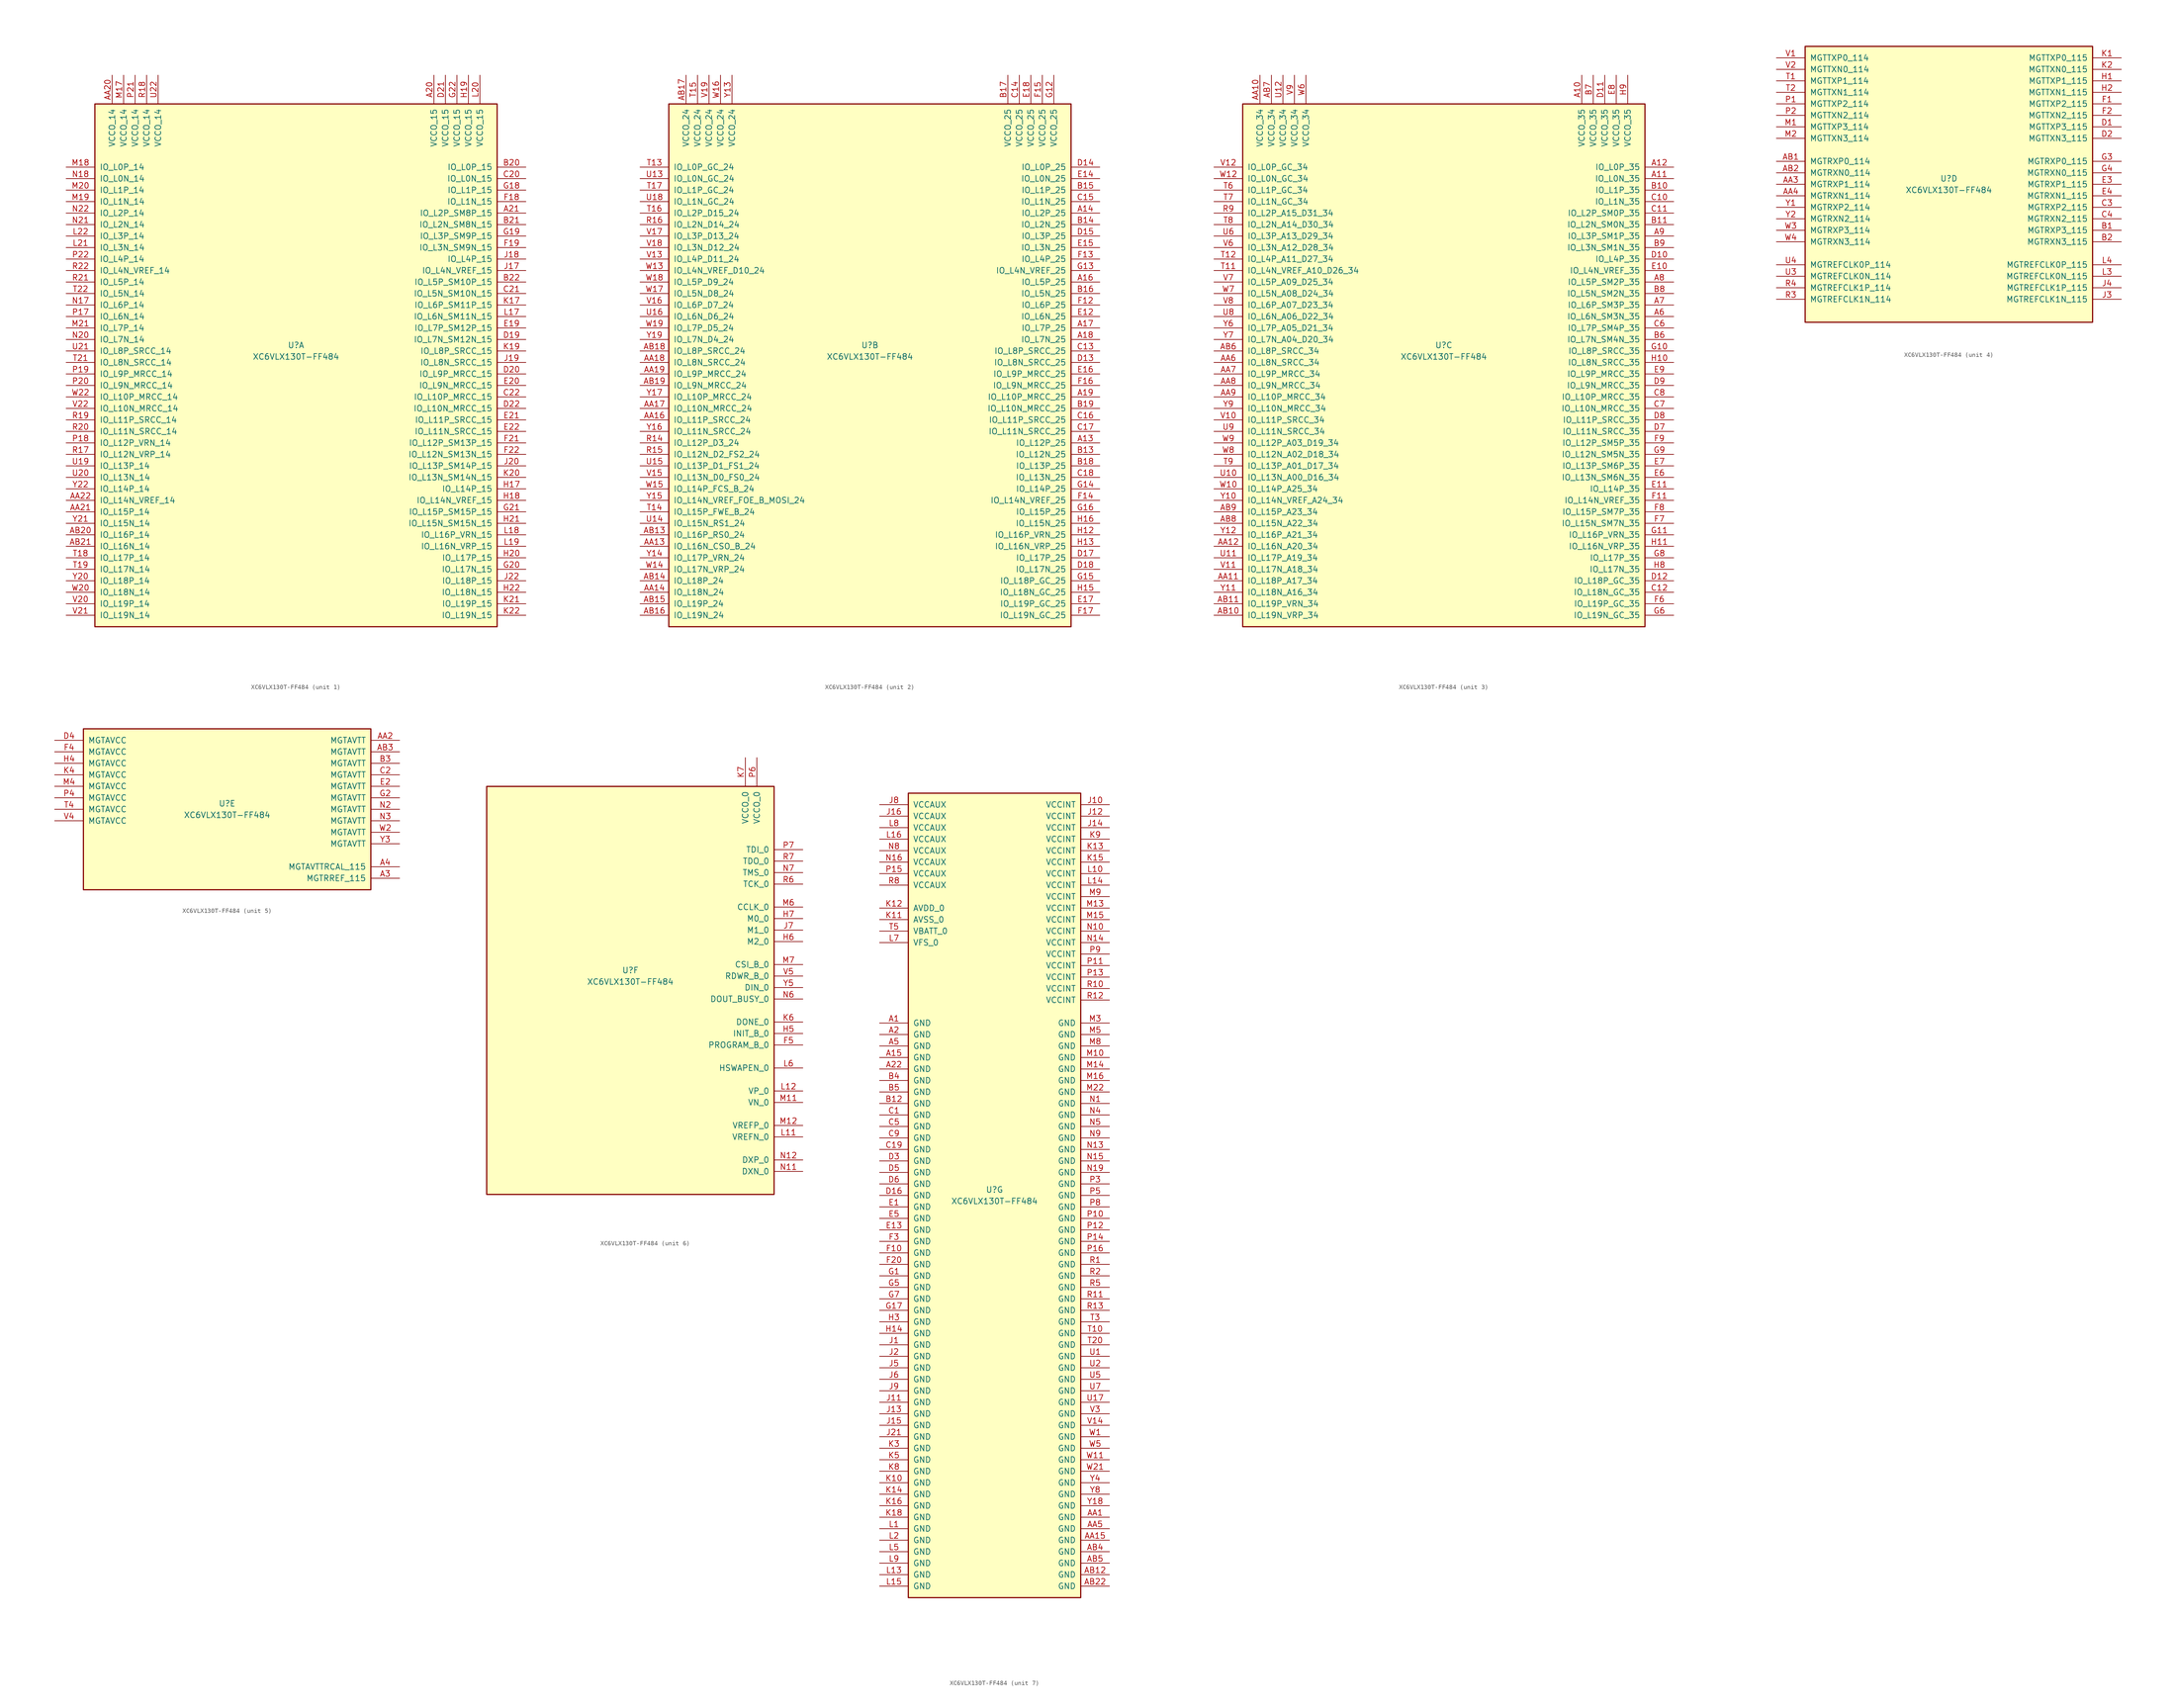
<source format=kicad_sym>
(kicad_symbol_lib
  (version 20211014)
  (generator kicad_symbol_editor)
  (symbol "XC6VLX130T-FF484"
    (pin_names
      (offset 1.016))
    (property "Reference" "U"
      (at 0 1.27 0)
      (effects (font (size 1.27 1.27))))
    (property "Value" "XC6VLX130T-FF484"
      (at 0 -1.27 0)
      (effects (font (size 1.27 1.27))))
    (property "Datasheet" ""
      (at 0 0 0)
      (effects (font (size 1.27 1.27))))
    (property "ki_locked" ""
      (at 0 0 0)
      (effects (font (size 1.27 1.27))))
    (symbol "XC6VLX130T-FF484_1_1"
      (rectangle (start -44.45 54.61) (end 44.45 -60.96) (stroke (width 0.254) (type default) (color 0 0 0 0)) (fill (type background)))
      (pin power_in line (at 30.48 60.96 270) (length 6.35) (name "VCCO_15" (effects (font (size 1.27 1.27)))) (number "A20" (effects (font (size 1.27 1.27)))))
      (pin bidirectional line (at 50.8 30.48 180) (length 6.35) (name "IO_L2P_SM8P_15" (effects (font (size 1.27 1.27)))) (number "A21" (effects (font (size 1.27 1.27)))))
      (pin power_in line (at -40.64 60.96 270) (length 6.35) (name "VCCO_14" (effects (font (size 1.27 1.27)))) (number "AA20" (effects (font (size 1.27 1.27)))))
      (pin bidirectional line (at -50.8 -35.56 0) (length 6.35) (name "IO_L15P_14" (effects (font (size 1.27 1.27)))) (number "AA21" (effects (font (size 1.27 1.27)))))
      (pin bidirectional line (at -50.8 -33.02 0) (length 6.35) (name "IO_L14N_VREF_14" (effects (font (size 1.27 1.27)))) (number "AA22" (effects (font (size 1.27 1.27)))))
      (pin bidirectional line (at -50.8 -40.64 0) (length 6.35) (name "IO_L16P_14" (effects (font (size 1.27 1.27)))) (number "AB20" (effects (font (size 1.27 1.27)))))
      (pin bidirectional line (at -50.8 -43.18 0) (length 6.35) (name "IO_L16N_14" (effects (font (size 1.27 1.27)))) (number "AB21" (effects (font (size 1.27 1.27)))))
      (pin bidirectional line (at 50.8 40.64 180) (length 6.35) (name "IO_L0P_15" (effects (font (size 1.27 1.27)))) (number "B20" (effects (font (size 1.27 1.27)))))
      (pin bidirectional line (at 50.8 27.94 180) (length 6.35) (name "IO_L2N_SM8N_15" (effects (font (size 1.27 1.27)))) (number "B21" (effects (font (size 1.27 1.27)))))
      (pin bidirectional line (at 50.8 15.24 180) (length 6.35) (name "IO_L5P_SM10P_15" (effects (font (size 1.27 1.27)))) (number "B22" (effects (font (size 1.27 1.27)))))
      (pin bidirectional line (at 50.8 38.1 180) (length 6.35) (name "IO_L0N_15" (effects (font (size 1.27 1.27)))) (number "C20" (effects (font (size 1.27 1.27)))))
      (pin bidirectional line (at 50.8 12.7 180) (length 6.35) (name "IO_L5N_SM10N_15" (effects (font (size 1.27 1.27)))) (number "C21" (effects (font (size 1.27 1.27)))))
      (pin bidirectional line (at 50.8 -10.16 180) (length 6.35) (name "IO_L10P_MRCC_15" (effects (font (size 1.27 1.27)))) (number "C22" (effects (font (size 1.27 1.27)))))
      (pin bidirectional line (at 50.8 2.54 180) (length 6.35) (name "IO_L7N_SM12N_15" (effects (font (size 1.27 1.27)))) (number "D19" (effects (font (size 1.27 1.27)))))
      (pin bidirectional line (at 50.8 -5.08 180) (length 6.35) (name "IO_L9P_MRCC_15" (effects (font (size 1.27 1.27)))) (number "D20" (effects (font (size 1.27 1.27)))))
      (pin power_in line (at 33.02 60.96 270) (length 6.35) (name "VCCO_15" (effects (font (size 1.27 1.27)))) (number "D21" (effects (font (size 1.27 1.27)))))
      (pin bidirectional line (at 50.8 -12.7 180) (length 6.35) (name "IO_L10N_MRCC_15" (effects (font (size 1.27 1.27)))) (number "D22" (effects (font (size 1.27 1.27)))))
      (pin bidirectional line (at 50.8 5.08 180) (length 6.35) (name "IO_L7P_SM12P_15" (effects (font (size 1.27 1.27)))) (number "E19" (effects (font (size 1.27 1.27)))))
      (pin bidirectional line (at 50.8 -7.62 180) (length 6.35) (name "IO_L9N_MRCC_15" (effects (font (size 1.27 1.27)))) (number "E20" (effects (font (size 1.27 1.27)))))
      (pin bidirectional line (at 50.8 -15.24 180) (length 6.35) (name "IO_L11P_SRCC_15" (effects (font (size 1.27 1.27)))) (number "E21" (effects (font (size 1.27 1.27)))))
      (pin bidirectional line (at 50.8 -17.78 180) (length 6.35) (name "IO_L11N_SRCC_15" (effects (font (size 1.27 1.27)))) (number "E22" (effects (font (size 1.27 1.27)))))
      (pin bidirectional line (at 50.8 33.02 180) (length 6.35) (name "IO_L1N_15" (effects (font (size 1.27 1.27)))) (number "F18" (effects (font (size 1.27 1.27)))))
      (pin bidirectional line (at 50.8 22.86 180) (length 6.35) (name "IO_L3N_SM9N_15" (effects (font (size 1.27 1.27)))) (number "F19" (effects (font (size 1.27 1.27)))))
      (pin bidirectional line (at 50.8 -20.32 180) (length 6.35) (name "IO_L12P_SM13P_15" (effects (font (size 1.27 1.27)))) (number "F21" (effects (font (size 1.27 1.27)))))
      (pin bidirectional line (at 50.8 -22.86 180) (length 6.35) (name "IO_L12N_SM13N_15" (effects (font (size 1.27 1.27)))) (number "F22" (effects (font (size 1.27 1.27)))))
      (pin bidirectional line (at 50.8 35.56 180) (length 6.35) (name "IO_L1P_15" (effects (font (size 1.27 1.27)))) (number "G18" (effects (font (size 1.27 1.27)))))
      (pin bidirectional line (at 50.8 25.4 180) (length 6.35) (name "IO_L3P_SM9P_15" (effects (font (size 1.27 1.27)))) (number "G19" (effects (font (size 1.27 1.27)))))
      (pin bidirectional line (at 50.8 -48.26 180) (length 6.35) (name "IO_L17N_15" (effects (font (size 1.27 1.27)))) (number "G20" (effects (font (size 1.27 1.27)))))
      (pin bidirectional line (at 50.8 -35.56 180) (length 6.35) (name "IO_L15P_SM15P_15" (effects (font (size 1.27 1.27)))) (number "G21" (effects (font (size 1.27 1.27)))))
      (pin power_in line (at 35.56 60.96 270) (length 6.35) (name "VCCO_15" (effects (font (size 1.27 1.27)))) (number "G22" (effects (font (size 1.27 1.27)))))
      (pin bidirectional line (at 50.8 -30.48 180) (length 6.35) (name "IO_L14P_15" (effects (font (size 1.27 1.27)))) (number "H17" (effects (font (size 1.27 1.27)))))
      (pin bidirectional line (at 50.8 -33.02 180) (length 6.35) (name "IO_L14N_VREF_15" (effects (font (size 1.27 1.27)))) (number "H18" (effects (font (size 1.27 1.27)))))
      (pin power_in line (at 38.1 60.96 270) (length 6.35) (name "VCCO_15" (effects (font (size 1.27 1.27)))) (number "H19" (effects (font (size 1.27 1.27)))))
      (pin bidirectional line (at 50.8 -45.72 180) (length 6.35) (name "IO_L17P_15" (effects (font (size 1.27 1.27)))) (number "H20" (effects (font (size 1.27 1.27)))))
      (pin bidirectional line (at 50.8 -38.1 180) (length 6.35) (name "IO_L15N_SM15N_15" (effects (font (size 1.27 1.27)))) (number "H21" (effects (font (size 1.27 1.27)))))
      (pin bidirectional line (at 50.8 -53.34 180) (length 6.35) (name "IO_L18N_15" (effects (font (size 1.27 1.27)))) (number "H22" (effects (font (size 1.27 1.27)))))
      (pin bidirectional line (at 50.8 17.78 180) (length 6.35) (name "IO_L4N_VREF_15" (effects (font (size 1.27 1.27)))) (number "J17" (effects (font (size 1.27 1.27)))))
      (pin bidirectional line (at 50.8 20.32 180) (length 6.35) (name "IO_L4P_15" (effects (font (size 1.27 1.27)))) (number "J18" (effects (font (size 1.27 1.27)))))
      (pin bidirectional line (at 50.8 -2.54 180) (length 6.35) (name "IO_L8N_SRCC_15" (effects (font (size 1.27 1.27)))) (number "J19" (effects (font (size 1.27 1.27)))))
      (pin bidirectional line (at 50.8 -25.4 180) (length 6.35) (name "IO_L13P_SM14P_15" (effects (font (size 1.27 1.27)))) (number "J20" (effects (font (size 1.27 1.27)))))
      (pin bidirectional line (at 50.8 -50.8 180) (length 6.35) (name "IO_L18P_15" (effects (font (size 1.27 1.27)))) (number "J22" (effects (font (size 1.27 1.27)))))
      (pin bidirectional line (at 50.8 10.16 180) (length 6.35) (name "IO_L6P_SM11P_15" (effects (font (size 1.27 1.27)))) (number "K17" (effects (font (size 1.27 1.27)))))
      (pin bidirectional line (at 50.8 0 180) (length 6.35) (name "IO_L8P_SRCC_15" (effects (font (size 1.27 1.27)))) (number "K19" (effects (font (size 1.27 1.27)))))
      (pin bidirectional line (at 50.8 -27.94 180) (length 6.35) (name "IO_L13N_SM14N_15" (effects (font (size 1.27 1.27)))) (number "K20" (effects (font (size 1.27 1.27)))))
      (pin bidirectional line (at 50.8 -55.88 180) (length 6.35) (name "IO_L19P_15" (effects (font (size 1.27 1.27)))) (number "K21" (effects (font (size 1.27 1.27)))))
      (pin bidirectional line (at 50.8 -58.42 180) (length 6.35) (name "IO_L19N_15" (effects (font (size 1.27 1.27)))) (number "K22" (effects (font (size 1.27 1.27)))))
      (pin bidirectional line (at 50.8 7.62 180) (length 6.35) (name "IO_L6N_SM11N_15" (effects (font (size 1.27 1.27)))) (number "L17" (effects (font (size 1.27 1.27)))))
      (pin bidirectional line (at 50.8 -40.64 180) (length 6.35) (name "IO_L16P_VRN_15" (effects (font (size 1.27 1.27)))) (number "L18" (effects (font (size 1.27 1.27)))))
      (pin bidirectional line (at 50.8 -43.18 180) (length 6.35) (name "IO_L16N_VRP_15" (effects (font (size 1.27 1.27)))) (number "L19" (effects (font (size 1.27 1.27)))))
      (pin power_in line (at 40.64 60.96 270) (length 6.35) (name "VCCO_15" (effects (font (size 1.27 1.27)))) (number "L20" (effects (font (size 1.27 1.27)))))
      (pin bidirectional line (at -50.8 22.86 0) (length 6.35) (name "IO_L3N_14" (effects (font (size 1.27 1.27)))) (number "L21" (effects (font (size 1.27 1.27)))))
      (pin bidirectional line (at -50.8 25.4 0) (length 6.35) (name "IO_L3P_14" (effects (font (size 1.27 1.27)))) (number "L22" (effects (font (size 1.27 1.27)))))
      (pin power_in line (at -38.1 60.96 270) (length 6.35) (name "VCCO_14" (effects (font (size 1.27 1.27)))) (number "M17" (effects (font (size 1.27 1.27)))))
      (pin bidirectional line (at -50.8 40.64 0) (length 6.35) (name "IO_L0P_14" (effects (font (size 1.27 1.27)))) (number "M18" (effects (font (size 1.27 1.27)))))
      (pin bidirectional line (at -50.8 33.02 0) (length 6.35) (name "IO_L1N_14" (effects (font (size 1.27 1.27)))) (number "M19" (effects (font (size 1.27 1.27)))))
      (pin bidirectional line (at -50.8 35.56 0) (length 6.35) (name "IO_L1P_14" (effects (font (size 1.27 1.27)))) (number "M20" (effects (font (size 1.27 1.27)))))
      (pin bidirectional line (at -50.8 5.08 0) (length 6.35) (name "IO_L7P_14" (effects (font (size 1.27 1.27)))) (number "M21" (effects (font (size 1.27 1.27)))))
      (pin bidirectional line (at -50.8 10.16 0) (length 6.35) (name "IO_L6P_14" (effects (font (size 1.27 1.27)))) (number "N17" (effects (font (size 1.27 1.27)))))
      (pin bidirectional line (at -50.8 38.1 0) (length 6.35) (name "IO_L0N_14" (effects (font (size 1.27 1.27)))) (number "N18" (effects (font (size 1.27 1.27)))))
      (pin bidirectional line (at -50.8 2.54 0) (length 6.35) (name "IO_L7N_14" (effects (font (size 1.27 1.27)))) (number "N20" (effects (font (size 1.27 1.27)))))
      (pin bidirectional line (at -50.8 27.94 0) (length 6.35) (name "IO_L2N_14" (effects (font (size 1.27 1.27)))) (number "N21" (effects (font (size 1.27 1.27)))))
      (pin bidirectional line (at -50.8 30.48 0) (length 6.35) (name "IO_L2P_14" (effects (font (size 1.27 1.27)))) (number "N22" (effects (font (size 1.27 1.27)))))
      (pin bidirectional line (at -50.8 7.62 0) (length 6.35) (name "IO_L6N_14" (effects (font (size 1.27 1.27)))) (number "P17" (effects (font (size 1.27 1.27)))))
      (pin bidirectional line (at -50.8 -20.32 0) (length 6.35) (name "IO_L12P_VRN_14" (effects (font (size 1.27 1.27)))) (number "P18" (effects (font (size 1.27 1.27)))))
      (pin bidirectional line (at -50.8 -5.08 0) (length 6.35) (name "IO_L9P_MRCC_14" (effects (font (size 1.27 1.27)))) (number "P19" (effects (font (size 1.27 1.27)))))
      (pin bidirectional line (at -50.8 -7.62 0) (length 6.35) (name "IO_L9N_MRCC_14" (effects (font (size 1.27 1.27)))) (number "P20" (effects (font (size 1.27 1.27)))))
      (pin power_in line (at -35.56 60.96 270) (length 6.35) (name "VCCO_14" (effects (font (size 1.27 1.27)))) (number "P21" (effects (font (size 1.27 1.27)))))
      (pin bidirectional line (at -50.8 20.32 0) (length 6.35) (name "IO_L4P_14" (effects (font (size 1.27 1.27)))) (number "P22" (effects (font (size 1.27 1.27)))))
      (pin bidirectional line (at -50.8 -22.86 0) (length 6.35) (name "IO_L12N_VRP_14" (effects (font (size 1.27 1.27)))) (number "R17" (effects (font (size 1.27 1.27)))))
      (pin power_in line (at -33.02 60.96 270) (length 6.35) (name "VCCO_14" (effects (font (size 1.27 1.27)))) (number "R18" (effects (font (size 1.27 1.27)))))
      (pin bidirectional line (at -50.8 -15.24 0) (length 6.35) (name "IO_L11P_SRCC_14" (effects (font (size 1.27 1.27)))) (number "R19" (effects (font (size 1.27 1.27)))))
      (pin bidirectional line (at -50.8 -17.78 0) (length 6.35) (name "IO_L11N_SRCC_14" (effects (font (size 1.27 1.27)))) (number "R20" (effects (font (size 1.27 1.27)))))
      (pin bidirectional line (at -50.8 15.24 0) (length 6.35) (name "IO_L5P_14" (effects (font (size 1.27 1.27)))) (number "R21" (effects (font (size 1.27 1.27)))))
      (pin bidirectional line (at -50.8 17.78 0) (length 6.35) (name "IO_L4N_VREF_14" (effects (font (size 1.27 1.27)))) (number "R22" (effects (font (size 1.27 1.27)))))
      (pin bidirectional line (at -50.8 -45.72 0) (length 6.35) (name "IO_L17P_14" (effects (font (size 1.27 1.27)))) (number "T18" (effects (font (size 1.27 1.27)))))
      (pin bidirectional line (at -50.8 -48.26 0) (length 6.35) (name "IO_L17N_14" (effects (font (size 1.27 1.27)))) (number "T19" (effects (font (size 1.27 1.27)))))
      (pin bidirectional line (at -50.8 -2.54 0) (length 6.35) (name "IO_L8N_SRCC_14" (effects (font (size 1.27 1.27)))) (number "T21" (effects (font (size 1.27 1.27)))))
      (pin bidirectional line (at -50.8 12.7 0) (length 6.35) (name "IO_L5N_14" (effects (font (size 1.27 1.27)))) (number "T22" (effects (font (size 1.27 1.27)))))
      (pin bidirectional line (at -50.8 -25.4 0) (length 6.35) (name "IO_L13P_14" (effects (font (size 1.27 1.27)))) (number "U19" (effects (font (size 1.27 1.27)))))
      (pin bidirectional line (at -50.8 -27.94 0) (length 6.35) (name "IO_L13N_14" (effects (font (size 1.27 1.27)))) (number "U20" (effects (font (size 1.27 1.27)))))
      (pin bidirectional line (at -50.8 0 0) (length 6.35) (name "IO_L8P_SRCC_14" (effects (font (size 1.27 1.27)))) (number "U21" (effects (font (size 1.27 1.27)))))
      (pin power_in line (at -30.48 60.96 270) (length 6.35) (name "VCCO_14" (effects (font (size 1.27 1.27)))) (number "U22" (effects (font (size 1.27 1.27)))))
      (pin bidirectional line (at -50.8 -55.88 0) (length 6.35) (name "IO_L19P_14" (effects (font (size 1.27 1.27)))) (number "V20" (effects (font (size 1.27 1.27)))))
      (pin bidirectional line (at -50.8 -58.42 0) (length 6.35) (name "IO_L19N_14" (effects (font (size 1.27 1.27)))) (number "V21" (effects (font (size 1.27 1.27)))))
      (pin bidirectional line (at -50.8 -12.7 0) (length 6.35) (name "IO_L10N_MRCC_14" (effects (font (size 1.27 1.27)))) (number "V22" (effects (font (size 1.27 1.27)))))
      (pin bidirectional line (at -50.8 -53.34 0) (length 6.35) (name "IO_L18N_14" (effects (font (size 1.27 1.27)))) (number "W20" (effects (font (size 1.27 1.27)))))
      (pin bidirectional line (at -50.8 -10.16 0) (length 6.35) (name "IO_L10P_MRCC_14" (effects (font (size 1.27 1.27)))) (number "W22" (effects (font (size 1.27 1.27)))))
      (pin bidirectional line (at -50.8 -50.8 0) (length 6.35) (name "IO_L18P_14" (effects (font (size 1.27 1.27)))) (number "Y20" (effects (font (size 1.27 1.27)))))
      (pin bidirectional line (at -50.8 -38.1 0) (length 6.35) (name "IO_L15N_14" (effects (font (size 1.27 1.27)))) (number "Y21" (effects (font (size 1.27 1.27)))))
      (pin bidirectional line (at -50.8 -30.48 0) (length 6.35) (name "IO_L14P_14" (effects (font (size 1.27 1.27)))) (number "Y22" (effects (font (size 1.27 1.27))))))
    (symbol "XC6VLX130T-FF484_2_1"
      (rectangle (start -44.45 54.61) (end 44.45 -60.96) (stroke (width 0.254) (type default) (color 0 0 0 0)) (fill (type background)))
      (pin bidirectional line (at 50.8 -20.32 180) (length 6.35) (name "IO_L12P_25" (effects (font (size 1.27 1.27)))) (number "A13" (effects (font (size 1.27 1.27)))))
      (pin bidirectional line (at 50.8 30.48 180) (length 6.35) (name "IO_L2P_25" (effects (font (size 1.27 1.27)))) (number "A14" (effects (font (size 1.27 1.27)))))
      (pin bidirectional line (at 50.8 15.24 180) (length 6.35) (name "IO_L5P_25" (effects (font (size 1.27 1.27)))) (number "A16" (effects (font (size 1.27 1.27)))))
      (pin bidirectional line (at 50.8 5.08 180) (length 6.35) (name "IO_L7P_25" (effects (font (size 1.27 1.27)))) (number "A17" (effects (font (size 1.27 1.27)))))
      (pin bidirectional line (at 50.8 2.54 180) (length 6.35) (name "IO_L7N_25" (effects (font (size 1.27 1.27)))) (number "A18" (effects (font (size 1.27 1.27)))))
      (pin bidirectional line (at 50.8 -10.16 180) (length 6.35) (name "IO_L10P_MRCC_25" (effects (font (size 1.27 1.27)))) (number "A19" (effects (font (size 1.27 1.27)))))
      (pin bidirectional line (at -50.8 -43.18 0) (length 6.35) (name "IO_L16N_CSO_B_24" (effects (font (size 1.27 1.27)))) (number "AA13" (effects (font (size 1.27 1.27)))))
      (pin bidirectional line (at -50.8 -53.34 0) (length 6.35) (name "IO_L18N_24" (effects (font (size 1.27 1.27)))) (number "AA14" (effects (font (size 1.27 1.27)))))
      (pin bidirectional line (at -50.8 -15.24 0) (length 6.35) (name "IO_L11P_SRCC_24" (effects (font (size 1.27 1.27)))) (number "AA16" (effects (font (size 1.27 1.27)))))
      (pin bidirectional line (at -50.8 -12.7 0) (length 6.35) (name "IO_L10N_MRCC_24" (effects (font (size 1.27 1.27)))) (number "AA17" (effects (font (size 1.27 1.27)))))
      (pin bidirectional line (at -50.8 -2.54 0) (length 6.35) (name "IO_L8N_SRCC_24" (effects (font (size 1.27 1.27)))) (number "AA18" (effects (font (size 1.27 1.27)))))
      (pin bidirectional line (at -50.8 -5.08 0) (length 6.35) (name "IO_L9P_MRCC_24" (effects (font (size 1.27 1.27)))) (number "AA19" (effects (font (size 1.27 1.27)))))
      (pin bidirectional line (at -50.8 -40.64 0) (length 6.35) (name "IO_L16P_RS0_24" (effects (font (size 1.27 1.27)))) (number "AB13" (effects (font (size 1.27 1.27)))))
      (pin bidirectional line (at -50.8 -50.8 0) (length 6.35) (name "IO_L18P_24" (effects (font (size 1.27 1.27)))) (number "AB14" (effects (font (size 1.27 1.27)))))
      (pin bidirectional line (at -50.8 -55.88 0) (length 6.35) (name "IO_L19P_24" (effects (font (size 1.27 1.27)))) (number "AB15" (effects (font (size 1.27 1.27)))))
      (pin bidirectional line (at -50.8 -58.42 0) (length 6.35) (name "IO_L19N_24" (effects (font (size 1.27 1.27)))) (number "AB16" (effects (font (size 1.27 1.27)))))
      (pin power_in line (at -40.64 60.96 270) (length 6.35) (name "VCCO_24" (effects (font (size 1.27 1.27)))) (number "AB17" (effects (font (size 1.27 1.27)))))
      (pin bidirectional line (at -50.8 0 0) (length 6.35) (name "IO_L8P_SRCC_24" (effects (font (size 1.27 1.27)))) (number "AB18" (effects (font (size 1.27 1.27)))))
      (pin bidirectional line (at -50.8 -7.62 0) (length 6.35) (name "IO_L9N_MRCC_24" (effects (font (size 1.27 1.27)))) (number "AB19" (effects (font (size 1.27 1.27)))))
      (pin bidirectional line (at 50.8 -22.86 180) (length 6.35) (name "IO_L12N_25" (effects (font (size 1.27 1.27)))) (number "B13" (effects (font (size 1.27 1.27)))))
      (pin bidirectional line (at 50.8 27.94 180) (length 6.35) (name "IO_L2N_25" (effects (font (size 1.27 1.27)))) (number "B14" (effects (font (size 1.27 1.27)))))
      (pin bidirectional line (at 50.8 35.56 180) (length 6.35) (name "IO_L1P_25" (effects (font (size 1.27 1.27)))) (number "B15" (effects (font (size 1.27 1.27)))))
      (pin bidirectional line (at 50.8 12.7 180) (length 6.35) (name "IO_L5N_25" (effects (font (size 1.27 1.27)))) (number "B16" (effects (font (size 1.27 1.27)))))
      (pin power_in line (at 30.48 60.96 270) (length 6.35) (name "VCCO_25" (effects (font (size 1.27 1.27)))) (number "B17" (effects (font (size 1.27 1.27)))))
      (pin bidirectional line (at 50.8 -25.4 180) (length 6.35) (name "IO_L13P_25" (effects (font (size 1.27 1.27)))) (number "B18" (effects (font (size 1.27 1.27)))))
      (pin bidirectional line (at 50.8 -12.7 180) (length 6.35) (name "IO_L10N_MRCC_25" (effects (font (size 1.27 1.27)))) (number "B19" (effects (font (size 1.27 1.27)))))
      (pin bidirectional line (at 50.8 0 180) (length 6.35) (name "IO_L8P_SRCC_25" (effects (font (size 1.27 1.27)))) (number "C13" (effects (font (size 1.27 1.27)))))
      (pin power_in line (at 33.02 60.96 270) (length 6.35) (name "VCCO_25" (effects (font (size 1.27 1.27)))) (number "C14" (effects (font (size 1.27 1.27)))))
      (pin bidirectional line (at 50.8 33.02 180) (length 6.35) (name "IO_L1N_25" (effects (font (size 1.27 1.27)))) (number "C15" (effects (font (size 1.27 1.27)))))
      (pin bidirectional line (at 50.8 -15.24 180) (length 6.35) (name "IO_L11P_SRCC_25" (effects (font (size 1.27 1.27)))) (number "C16" (effects (font (size 1.27 1.27)))))
      (pin bidirectional line (at 50.8 -17.78 180) (length 6.35) (name "IO_L11N_SRCC_25" (effects (font (size 1.27 1.27)))) (number "C17" (effects (font (size 1.27 1.27)))))
      (pin bidirectional line (at 50.8 -27.94 180) (length 6.35) (name "IO_L13N_25" (effects (font (size 1.27 1.27)))) (number "C18" (effects (font (size 1.27 1.27)))))
      (pin bidirectional line (at 50.8 -2.54 180) (length 6.35) (name "IO_L8N_SRCC_25" (effects (font (size 1.27 1.27)))) (number "D13" (effects (font (size 1.27 1.27)))))
      (pin bidirectional line (at 50.8 40.64 180) (length 6.35) (name "IO_L0P_25" (effects (font (size 1.27 1.27)))) (number "D14" (effects (font (size 1.27 1.27)))))
      (pin bidirectional line (at 50.8 25.4 180) (length 6.35) (name "IO_L3P_25" (effects (font (size 1.27 1.27)))) (number "D15" (effects (font (size 1.27 1.27)))))
      (pin bidirectional line (at 50.8 -45.72 180) (length 6.35) (name "IO_L17P_25" (effects (font (size 1.27 1.27)))) (number "D17" (effects (font (size 1.27 1.27)))))
      (pin bidirectional line (at 50.8 -48.26 180) (length 6.35) (name "IO_L17N_25" (effects (font (size 1.27 1.27)))) (number "D18" (effects (font (size 1.27 1.27)))))
      (pin bidirectional line (at 50.8 7.62 180) (length 6.35) (name "IO_L6N_25" (effects (font (size 1.27 1.27)))) (number "E12" (effects (font (size 1.27 1.27)))))
      (pin bidirectional line (at 50.8 38.1 180) (length 6.35) (name "IO_L0N_25" (effects (font (size 1.27 1.27)))) (number "E14" (effects (font (size 1.27 1.27)))))
      (pin bidirectional line (at 50.8 22.86 180) (length 6.35) (name "IO_L3N_25" (effects (font (size 1.27 1.27)))) (number "E15" (effects (font (size 1.27 1.27)))))
      (pin bidirectional line (at 50.8 -5.08 180) (length 6.35) (name "IO_L9P_MRCC_25" (effects (font (size 1.27 1.27)))) (number "E16" (effects (font (size 1.27 1.27)))))
      (pin bidirectional line (at 50.8 -55.88 180) (length 6.35) (name "IO_L19P_GC_25" (effects (font (size 1.27 1.27)))) (number "E17" (effects (font (size 1.27 1.27)))))
      (pin power_in line (at 35.56 60.96 270) (length 6.35) (name "VCCO_25" (effects (font (size 1.27 1.27)))) (number "E18" (effects (font (size 1.27 1.27)))))
      (pin bidirectional line (at 50.8 10.16 180) (length 6.35) (name "IO_L6P_25" (effects (font (size 1.27 1.27)))) (number "F12" (effects (font (size 1.27 1.27)))))
      (pin bidirectional line (at 50.8 20.32 180) (length 6.35) (name "IO_L4P_25" (effects (font (size 1.27 1.27)))) (number "F13" (effects (font (size 1.27 1.27)))))
      (pin bidirectional line (at 50.8 -33.02 180) (length 6.35) (name "IO_L14N_VREF_25" (effects (font (size 1.27 1.27)))) (number "F14" (effects (font (size 1.27 1.27)))))
      (pin power_in line (at 38.1 60.96 270) (length 6.35) (name "VCCO_25" (effects (font (size 1.27 1.27)))) (number "F15" (effects (font (size 1.27 1.27)))))
      (pin bidirectional line (at 50.8 -7.62 180) (length 6.35) (name "IO_L9N_MRCC_25" (effects (font (size 1.27 1.27)))) (number "F16" (effects (font (size 1.27 1.27)))))
      (pin bidirectional line (at 50.8 -58.42 180) (length 6.35) (name "IO_L19N_GC_25" (effects (font (size 1.27 1.27)))) (number "F17" (effects (font (size 1.27 1.27)))))
      (pin power_in line (at 40.64 60.96 270) (length 6.35) (name "VCCO_25" (effects (font (size 1.27 1.27)))) (number "G12" (effects (font (size 1.27 1.27)))))
      (pin bidirectional line (at 50.8 17.78 180) (length 6.35) (name "IO_L4N_VREF_25" (effects (font (size 1.27 1.27)))) (number "G13" (effects (font (size 1.27 1.27)))))
      (pin bidirectional line (at 50.8 -30.48 180) (length 6.35) (name "IO_L14P_25" (effects (font (size 1.27 1.27)))) (number "G14" (effects (font (size 1.27 1.27)))))
      (pin bidirectional line (at 50.8 -50.8 180) (length 6.35) (name "IO_L18P_GC_25" (effects (font (size 1.27 1.27)))) (number "G15" (effects (font (size 1.27 1.27)))))
      (pin bidirectional line (at 50.8 -35.56 180) (length 6.35) (name "IO_L15P_25" (effects (font (size 1.27 1.27)))) (number "G16" (effects (font (size 1.27 1.27)))))
      (pin bidirectional line (at 50.8 -40.64 180) (length 6.35) (name "IO_L16P_VRN_25" (effects (font (size 1.27 1.27)))) (number "H12" (effects (font (size 1.27 1.27)))))
      (pin bidirectional line (at 50.8 -43.18 180) (length 6.35) (name "IO_L16N_VRP_25" (effects (font (size 1.27 1.27)))) (number "H13" (effects (font (size 1.27 1.27)))))
      (pin bidirectional line (at 50.8 -53.34 180) (length 6.35) (name "IO_L18N_GC_25" (effects (font (size 1.27 1.27)))) (number "H15" (effects (font (size 1.27 1.27)))))
      (pin bidirectional line (at 50.8 -38.1 180) (length 6.35) (name "IO_L15N_25" (effects (font (size 1.27 1.27)))) (number "H16" (effects (font (size 1.27 1.27)))))
      (pin bidirectional line (at -50.8 -20.32 0) (length 6.35) (name "IO_L12P_D3_24" (effects (font (size 1.27 1.27)))) (number "R14" (effects (font (size 1.27 1.27)))))
      (pin bidirectional line (at -50.8 -22.86 0) (length 6.35) (name "IO_L12N_D2_FS2_24" (effects (font (size 1.27 1.27)))) (number "R15" (effects (font (size 1.27 1.27)))))
      (pin bidirectional line (at -50.8 27.94 0) (length 6.35) (name "IO_L2N_D14_24" (effects (font (size 1.27 1.27)))) (number "R16" (effects (font (size 1.27 1.27)))))
      (pin bidirectional line (at -50.8 40.64 0) (length 6.35) (name "IO_L0P_GC_24" (effects (font (size 1.27 1.27)))) (number "T13" (effects (font (size 1.27 1.27)))))
      (pin bidirectional line (at -50.8 -35.56 0) (length 6.35) (name "IO_L15P_FWE_B_24" (effects (font (size 1.27 1.27)))) (number "T14" (effects (font (size 1.27 1.27)))))
      (pin power_in line (at -38.1 60.96 270) (length 6.35) (name "VCCO_24" (effects (font (size 1.27 1.27)))) (number "T15" (effects (font (size 1.27 1.27)))))
      (pin bidirectional line (at -50.8 30.48 0) (length 6.35) (name "IO_L2P_D15_24" (effects (font (size 1.27 1.27)))) (number "T16" (effects (font (size 1.27 1.27)))))
      (pin bidirectional line (at -50.8 35.56 0) (length 6.35) (name "IO_L1P_GC_24" (effects (font (size 1.27 1.27)))) (number "T17" (effects (font (size 1.27 1.27)))))
      (pin bidirectional line (at -50.8 38.1 0) (length 6.35) (name "IO_L0N_GC_24" (effects (font (size 1.27 1.27)))) (number "U13" (effects (font (size 1.27 1.27)))))
      (pin bidirectional line (at -50.8 -38.1 0) (length 6.35) (name "IO_L15N_RS1_24" (effects (font (size 1.27 1.27)))) (number "U14" (effects (font (size 1.27 1.27)))))
      (pin bidirectional line (at -50.8 -25.4 0) (length 6.35) (name "IO_L13P_D1_FS1_24" (effects (font (size 1.27 1.27)))) (number "U15" (effects (font (size 1.27 1.27)))))
      (pin bidirectional line (at -50.8 7.62 0) (length 6.35) (name "IO_L6N_D6_24" (effects (font (size 1.27 1.27)))) (number "U16" (effects (font (size 1.27 1.27)))))
      (pin bidirectional line (at -50.8 33.02 0) (length 6.35) (name "IO_L1N_GC_24" (effects (font (size 1.27 1.27)))) (number "U18" (effects (font (size 1.27 1.27)))))
      (pin bidirectional line (at -50.8 20.32 0) (length 6.35) (name "IO_L4P_D11_24" (effects (font (size 1.27 1.27)))) (number "V13" (effects (font (size 1.27 1.27)))))
      (pin bidirectional line (at -50.8 -27.94 0) (length 6.35) (name "IO_L13N_D0_FS0_24" (effects (font (size 1.27 1.27)))) (number "V15" (effects (font (size 1.27 1.27)))))
      (pin bidirectional line (at -50.8 10.16 0) (length 6.35) (name "IO_L6P_D7_24" (effects (font (size 1.27 1.27)))) (number "V16" (effects (font (size 1.27 1.27)))))
      (pin bidirectional line (at -50.8 25.4 0) (length 6.35) (name "IO_L3P_D13_24" (effects (font (size 1.27 1.27)))) (number "V17" (effects (font (size 1.27 1.27)))))
      (pin bidirectional line (at -50.8 22.86 0) (length 6.35) (name "IO_L3N_D12_24" (effects (font (size 1.27 1.27)))) (number "V18" (effects (font (size 1.27 1.27)))))
      (pin power_in line (at -35.56 60.96 270) (length 6.35) (name "VCCO_24" (effects (font (size 1.27 1.27)))) (number "V19" (effects (font (size 1.27 1.27)))))
      (pin bidirectional line (at -50.8 17.78 0) (length 6.35) (name "IO_L4N_VREF_D10_24" (effects (font (size 1.27 1.27)))) (number "W13" (effects (font (size 1.27 1.27)))))
      (pin bidirectional line (at -50.8 -48.26 0) (length 6.35) (name "IO_L17N_VRP_24" (effects (font (size 1.27 1.27)))) (number "W14" (effects (font (size 1.27 1.27)))))
      (pin bidirectional line (at -50.8 -30.48 0) (length 6.35) (name "IO_L14P_FCS_B_24" (effects (font (size 1.27 1.27)))) (number "W15" (effects (font (size 1.27 1.27)))))
      (pin power_in line (at -33.02 60.96 270) (length 6.35) (name "VCCO_24" (effects (font (size 1.27 1.27)))) (number "W16" (effects (font (size 1.27 1.27)))))
      (pin bidirectional line (at -50.8 12.7 0) (length 6.35) (name "IO_L5N_D8_24" (effects (font (size 1.27 1.27)))) (number "W17" (effects (font (size 1.27 1.27)))))
      (pin bidirectional line (at -50.8 15.24 0) (length 6.35) (name "IO_L5P_D9_24" (effects (font (size 1.27 1.27)))) (number "W18" (effects (font (size 1.27 1.27)))))
      (pin bidirectional line (at -50.8 5.08 0) (length 6.35) (name "IO_L7P_D5_24" (effects (font (size 1.27 1.27)))) (number "W19" (effects (font (size 1.27 1.27)))))
      (pin power_in line (at -30.48 60.96 270) (length 6.35) (name "VCCO_24" (effects (font (size 1.27 1.27)))) (number "Y13" (effects (font (size 1.27 1.27)))))
      (pin bidirectional line (at -50.8 -45.72 0) (length 6.35) (name "IO_L17P_VRN_24" (effects (font (size 1.27 1.27)))) (number "Y14" (effects (font (size 1.27 1.27)))))
      (pin bidirectional line (at -50.8 -33.02 0) (length 6.35) (name "IO_L14N_VREF_FOE_B_MOSI_24" (effects (font (size 1.27 1.27)))) (number "Y15" (effects (font (size 1.27 1.27)))))
      (pin bidirectional line (at -50.8 -17.78 0) (length 6.35) (name "IO_L11N_SRCC_24" (effects (font (size 1.27 1.27)))) (number "Y16" (effects (font (size 1.27 1.27)))))
      (pin bidirectional line (at -50.8 -10.16 0) (length 6.35) (name "IO_L10P_MRCC_24" (effects (font (size 1.27 1.27)))) (number "Y17" (effects (font (size 1.27 1.27)))))
      (pin bidirectional line (at -50.8 2.54 0) (length 6.35) (name "IO_L7N_D4_24" (effects (font (size 1.27 1.27)))) (number "Y19" (effects (font (size 1.27 1.27))))))
    (symbol "XC6VLX130T-FF484_3_1"
      (rectangle (start -44.45 54.61) (end 44.45 -60.96) (stroke (width 0.254) (type default) (color 0 0 0 0)) (fill (type background)))
      (pin power_in line (at 30.48 60.96 270) (length 6.35) (name "VCCO_35" (effects (font (size 1.27 1.27)))) (number "A10" (effects (font (size 1.27 1.27)))))
      (pin bidirectional line (at 50.8 38.1 180) (length 6.35) (name "IO_L0N_35" (effects (font (size 1.27 1.27)))) (number "A11" (effects (font (size 1.27 1.27)))))
      (pin bidirectional line (at 50.8 40.64 180) (length 6.35) (name "IO_L0P_35" (effects (font (size 1.27 1.27)))) (number "A12" (effects (font (size 1.27 1.27)))))
      (pin bidirectional line (at 50.8 7.62 180) (length 6.35) (name "IO_L6N_SM3N_35" (effects (font (size 1.27 1.27)))) (number "A6" (effects (font (size 1.27 1.27)))))
      (pin bidirectional line (at 50.8 10.16 180) (length 6.35) (name "IO_L6P_SM3P_35" (effects (font (size 1.27 1.27)))) (number "A7" (effects (font (size 1.27 1.27)))))
      (pin bidirectional line (at 50.8 15.24 180) (length 6.35) (name "IO_L5P_SM2P_35" (effects (font (size 1.27 1.27)))) (number "A8" (effects (font (size 1.27 1.27)))))
      (pin bidirectional line (at 50.8 25.4 180) (length 6.35) (name "IO_L3P_SM1P_35" (effects (font (size 1.27 1.27)))) (number "A9" (effects (font (size 1.27 1.27)))))
      (pin power_in line (at -40.64 60.96 270) (length 6.35) (name "VCCO_34" (effects (font (size 1.27 1.27)))) (number "AA10" (effects (font (size 1.27 1.27)))))
      (pin bidirectional line (at -50.8 -50.8 0) (length 6.35) (name "IO_L18P_A17_34" (effects (font (size 1.27 1.27)))) (number "AA11" (effects (font (size 1.27 1.27)))))
      (pin bidirectional line (at -50.8 -43.18 0) (length 6.35) (name "IO_L16N_A20_34" (effects (font (size 1.27 1.27)))) (number "AA12" (effects (font (size 1.27 1.27)))))
      (pin bidirectional line (at -50.8 -2.54 0) (length 6.35) (name "IO_L8N_SRCC_34" (effects (font (size 1.27 1.27)))) (number "AA6" (effects (font (size 1.27 1.27)))))
      (pin bidirectional line (at -50.8 -5.08 0) (length 6.35) (name "IO_L9P_MRCC_34" (effects (font (size 1.27 1.27)))) (number "AA7" (effects (font (size 1.27 1.27)))))
      (pin bidirectional line (at -50.8 -7.62 0) (length 6.35) (name "IO_L9N_MRCC_34" (effects (font (size 1.27 1.27)))) (number "AA8" (effects (font (size 1.27 1.27)))))
      (pin bidirectional line (at -50.8 -10.16 0) (length 6.35) (name "IO_L10P_MRCC_34" (effects (font (size 1.27 1.27)))) (number "AA9" (effects (font (size 1.27 1.27)))))
      (pin bidirectional line (at -50.8 -58.42 0) (length 6.35) (name "IO_L19N_VRP_34" (effects (font (size 1.27 1.27)))) (number "AB10" (effects (font (size 1.27 1.27)))))
      (pin bidirectional line (at -50.8 -55.88 0) (length 6.35) (name "IO_L19P_VRN_34" (effects (font (size 1.27 1.27)))) (number "AB11" (effects (font (size 1.27 1.27)))))
      (pin bidirectional line (at -50.8 0 0) (length 6.35) (name "IO_L8P_SRCC_34" (effects (font (size 1.27 1.27)))) (number "AB6" (effects (font (size 1.27 1.27)))))
      (pin power_in line (at -38.1 60.96 270) (length 6.35) (name "VCCO_34" (effects (font (size 1.27 1.27)))) (number "AB7" (effects (font (size 1.27 1.27)))))
      (pin bidirectional line (at -50.8 -38.1 0) (length 6.35) (name "IO_L15N_A22_34" (effects (font (size 1.27 1.27)))) (number "AB8" (effects (font (size 1.27 1.27)))))
      (pin bidirectional line (at -50.8 -35.56 0) (length 6.35) (name "IO_L15P_A23_34" (effects (font (size 1.27 1.27)))) (number "AB9" (effects (font (size 1.27 1.27)))))
      (pin bidirectional line (at 50.8 35.56 180) (length 6.35) (name "IO_L1P_35" (effects (font (size 1.27 1.27)))) (number "B10" (effects (font (size 1.27 1.27)))))
      (pin bidirectional line (at 50.8 27.94 180) (length 6.35) (name "IO_L2N_SM0N_35" (effects (font (size 1.27 1.27)))) (number "B11" (effects (font (size 1.27 1.27)))))
      (pin bidirectional line (at 50.8 2.54 180) (length 6.35) (name "IO_L7N_SM4N_35" (effects (font (size 1.27 1.27)))) (number "B6" (effects (font (size 1.27 1.27)))))
      (pin power_in line (at 33.02 60.96 270) (length 6.35) (name "VCCO_35" (effects (font (size 1.27 1.27)))) (number "B7" (effects (font (size 1.27 1.27)))))
      (pin bidirectional line (at 50.8 12.7 180) (length 6.35) (name "IO_L5N_SM2N_35" (effects (font (size 1.27 1.27)))) (number "B8" (effects (font (size 1.27 1.27)))))
      (pin bidirectional line (at 50.8 22.86 180) (length 6.35) (name "IO_L3N_SM1N_35" (effects (font (size 1.27 1.27)))) (number "B9" (effects (font (size 1.27 1.27)))))
      (pin bidirectional line (at 50.8 33.02 180) (length 6.35) (name "IO_L1N_35" (effects (font (size 1.27 1.27)))) (number "C10" (effects (font (size 1.27 1.27)))))
      (pin bidirectional line (at 50.8 30.48 180) (length 6.35) (name "IO_L2P_SM0P_35" (effects (font (size 1.27 1.27)))) (number "C11" (effects (font (size 1.27 1.27)))))
      (pin bidirectional line (at 50.8 -53.34 180) (length 6.35) (name "IO_L18N_GC_35" (effects (font (size 1.27 1.27)))) (number "C12" (effects (font (size 1.27 1.27)))))
      (pin bidirectional line (at 50.8 5.08 180) (length 6.35) (name "IO_L7P_SM4P_35" (effects (font (size 1.27 1.27)))) (number "C6" (effects (font (size 1.27 1.27)))))
      (pin bidirectional line (at 50.8 -12.7 180) (length 6.35) (name "IO_L10N_MRCC_35" (effects (font (size 1.27 1.27)))) (number "C7" (effects (font (size 1.27 1.27)))))
      (pin bidirectional line (at 50.8 -10.16 180) (length 6.35) (name "IO_L10P_MRCC_35" (effects (font (size 1.27 1.27)))) (number "C8" (effects (font (size 1.27 1.27)))))
      (pin bidirectional line (at 50.8 20.32 180) (length 6.35) (name "IO_L4P_35" (effects (font (size 1.27 1.27)))) (number "D10" (effects (font (size 1.27 1.27)))))
      (pin power_in line (at 35.56 60.96 270) (length 6.35) (name "VCCO_35" (effects (font (size 1.27 1.27)))) (number "D11" (effects (font (size 1.27 1.27)))))
      (pin bidirectional line (at 50.8 -50.8 180) (length 6.35) (name "IO_L18P_GC_35" (effects (font (size 1.27 1.27)))) (number "D12" (effects (font (size 1.27 1.27)))))
      (pin bidirectional line (at 50.8 -17.78 180) (length 6.35) (name "IO_L11N_SRCC_35" (effects (font (size 1.27 1.27)))) (number "D7" (effects (font (size 1.27 1.27)))))
      (pin bidirectional line (at 50.8 -15.24 180) (length 6.35) (name "IO_L11P_SRCC_35" (effects (font (size 1.27 1.27)))) (number "D8" (effects (font (size 1.27 1.27)))))
      (pin bidirectional line (at 50.8 -7.62 180) (length 6.35) (name "IO_L9N_MRCC_35" (effects (font (size 1.27 1.27)))) (number "D9" (effects (font (size 1.27 1.27)))))
      (pin bidirectional line (at 50.8 17.78 180) (length 6.35) (name "IO_L4N_VREF_35" (effects (font (size 1.27 1.27)))) (number "E10" (effects (font (size 1.27 1.27)))))
      (pin bidirectional line (at 50.8 -30.48 180) (length 6.35) (name "IO_L14P_35" (effects (font (size 1.27 1.27)))) (number "E11" (effects (font (size 1.27 1.27)))))
      (pin bidirectional line (at 50.8 -27.94 180) (length 6.35) (name "IO_L13N_SM6N_35" (effects (font (size 1.27 1.27)))) (number "E6" (effects (font (size 1.27 1.27)))))
      (pin bidirectional line (at 50.8 -25.4 180) (length 6.35) (name "IO_L13P_SM6P_35" (effects (font (size 1.27 1.27)))) (number "E7" (effects (font (size 1.27 1.27)))))
      (pin power_in line (at 38.1 60.96 270) (length 6.35) (name "VCCO_35" (effects (font (size 1.27 1.27)))) (number "E8" (effects (font (size 1.27 1.27)))))
      (pin bidirectional line (at 50.8 -5.08 180) (length 6.35) (name "IO_L9P_MRCC_35" (effects (font (size 1.27 1.27)))) (number "E9" (effects (font (size 1.27 1.27)))))
      (pin bidirectional line (at 50.8 -33.02 180) (length 6.35) (name "IO_L14N_VREF_35" (effects (font (size 1.27 1.27)))) (number "F11" (effects (font (size 1.27 1.27)))))
      (pin bidirectional line (at 50.8 -55.88 180) (length 6.35) (name "IO_L19P_GC_35" (effects (font (size 1.27 1.27)))) (number "F6" (effects (font (size 1.27 1.27)))))
      (pin bidirectional line (at 50.8 -38.1 180) (length 6.35) (name "IO_L15N_SM7N_35" (effects (font (size 1.27 1.27)))) (number "F7" (effects (font (size 1.27 1.27)))))
      (pin bidirectional line (at 50.8 -35.56 180) (length 6.35) (name "IO_L15P_SM7P_35" (effects (font (size 1.27 1.27)))) (number "F8" (effects (font (size 1.27 1.27)))))
      (pin bidirectional line (at 50.8 -20.32 180) (length 6.35) (name "IO_L12P_SM5P_35" (effects (font (size 1.27 1.27)))) (number "F9" (effects (font (size 1.27 1.27)))))
      (pin bidirectional line (at 50.8 0 180) (length 6.35) (name "IO_L8P_SRCC_35" (effects (font (size 1.27 1.27)))) (number "G10" (effects (font (size 1.27 1.27)))))
      (pin bidirectional line (at 50.8 -40.64 180) (length 6.35) (name "IO_L16P_VRN_35" (effects (font (size 1.27 1.27)))) (number "G11" (effects (font (size 1.27 1.27)))))
      (pin bidirectional line (at 50.8 -58.42 180) (length 6.35) (name "IO_L19N_GC_35" (effects (font (size 1.27 1.27)))) (number "G6" (effects (font (size 1.27 1.27)))))
      (pin bidirectional line (at 50.8 -45.72 180) (length 6.35) (name "IO_L17P_35" (effects (font (size 1.27 1.27)))) (number "G8" (effects (font (size 1.27 1.27)))))
      (pin bidirectional line (at 50.8 -22.86 180) (length 6.35) (name "IO_L12N_SM5N_35" (effects (font (size 1.27 1.27)))) (number "G9" (effects (font (size 1.27 1.27)))))
      (pin bidirectional line (at 50.8 -2.54 180) (length 6.35) (name "IO_L8N_SRCC_35" (effects (font (size 1.27 1.27)))) (number "H10" (effects (font (size 1.27 1.27)))))
      (pin bidirectional line (at 50.8 -43.18 180) (length 6.35) (name "IO_L16N_VRP_35" (effects (font (size 1.27 1.27)))) (number "H11" (effects (font (size 1.27 1.27)))))
      (pin bidirectional line (at 50.8 -48.26 180) (length 6.35) (name "IO_L17N_35" (effects (font (size 1.27 1.27)))) (number "H8" (effects (font (size 1.27 1.27)))))
      (pin power_in line (at 40.64 60.96 270) (length 6.35) (name "VCCO_35" (effects (font (size 1.27 1.27)))) (number "H9" (effects (font (size 1.27 1.27)))))
      (pin bidirectional line (at -50.8 30.48 0) (length 6.35) (name "IO_L2P_A15_D31_34" (effects (font (size 1.27 1.27)))) (number "R9" (effects (font (size 1.27 1.27)))))
      (pin bidirectional line (at -50.8 17.78 0) (length 6.35) (name "IO_L4N_VREF_A10_D26_34" (effects (font (size 1.27 1.27)))) (number "T11" (effects (font (size 1.27 1.27)))))
      (pin bidirectional line (at -50.8 20.32 0) (length 6.35) (name "IO_L4P_A11_D27_34" (effects (font (size 1.27 1.27)))) (number "T12" (effects (font (size 1.27 1.27)))))
      (pin bidirectional line (at -50.8 35.56 0) (length 6.35) (name "IO_L1P_GC_34" (effects (font (size 1.27 1.27)))) (number "T6" (effects (font (size 1.27 1.27)))))
      (pin bidirectional line (at -50.8 33.02 0) (length 6.35) (name "IO_L1N_GC_34" (effects (font (size 1.27 1.27)))) (number "T7" (effects (font (size 1.27 1.27)))))
      (pin bidirectional line (at -50.8 27.94 0) (length 6.35) (name "IO_L2N_A14_D30_34" (effects (font (size 1.27 1.27)))) (number "T8" (effects (font (size 1.27 1.27)))))
      (pin bidirectional line (at -50.8 -25.4 0) (length 6.35) (name "IO_L13P_A01_D17_34" (effects (font (size 1.27 1.27)))) (number "T9" (effects (font (size 1.27 1.27)))))
      (pin bidirectional line (at -50.8 -27.94 0) (length 6.35) (name "IO_L13N_A00_D16_34" (effects (font (size 1.27 1.27)))) (number "U10" (effects (font (size 1.27 1.27)))))
      (pin bidirectional line (at -50.8 -45.72 0) (length 6.35) (name "IO_L17P_A19_34" (effects (font (size 1.27 1.27)))) (number "U11" (effects (font (size 1.27 1.27)))))
      (pin power_in line (at -35.56 60.96 270) (length 6.35) (name "VCCO_34" (effects (font (size 1.27 1.27)))) (number "U12" (effects (font (size 1.27 1.27)))))
      (pin bidirectional line (at -50.8 25.4 0) (length 6.35) (name "IO_L3P_A13_D29_34" (effects (font (size 1.27 1.27)))) (number "U6" (effects (font (size 1.27 1.27)))))
      (pin bidirectional line (at -50.8 7.62 0) (length 6.35) (name "IO_L6N_A06_D22_34" (effects (font (size 1.27 1.27)))) (number "U8" (effects (font (size 1.27 1.27)))))
      (pin bidirectional line (at -50.8 -17.78 0) (length 6.35) (name "IO_L11N_SRCC_34" (effects (font (size 1.27 1.27)))) (number "U9" (effects (font (size 1.27 1.27)))))
      (pin bidirectional line (at -50.8 -15.24 0) (length 6.35) (name "IO_L11P_SRCC_34" (effects (font (size 1.27 1.27)))) (number "V10" (effects (font (size 1.27 1.27)))))
      (pin bidirectional line (at -50.8 -48.26 0) (length 6.35) (name "IO_L17N_A18_34" (effects (font (size 1.27 1.27)))) (number "V11" (effects (font (size 1.27 1.27)))))
      (pin bidirectional line (at -50.8 40.64 0) (length 6.35) (name "IO_L0P_GC_34" (effects (font (size 1.27 1.27)))) (number "V12" (effects (font (size 1.27 1.27)))))
      (pin bidirectional line (at -50.8 22.86 0) (length 6.35) (name "IO_L3N_A12_D28_34" (effects (font (size 1.27 1.27)))) (number "V6" (effects (font (size 1.27 1.27)))))
      (pin bidirectional line (at -50.8 15.24 0) (length 6.35) (name "IO_L5P_A09_D25_34" (effects (font (size 1.27 1.27)))) (number "V7" (effects (font (size 1.27 1.27)))))
      (pin bidirectional line (at -50.8 10.16 0) (length 6.35) (name "IO_L6P_A07_D23_34" (effects (font (size 1.27 1.27)))) (number "V8" (effects (font (size 1.27 1.27)))))
      (pin power_in line (at -33.02 60.96 270) (length 6.35) (name "VCCO_34" (effects (font (size 1.27 1.27)))) (number "V9" (effects (font (size 1.27 1.27)))))
      (pin bidirectional line (at -50.8 -30.48 0) (length 6.35) (name "IO_L14P_A25_34" (effects (font (size 1.27 1.27)))) (number "W10" (effects (font (size 1.27 1.27)))))
      (pin bidirectional line (at -50.8 38.1 0) (length 6.35) (name "IO_L0N_GC_34" (effects (font (size 1.27 1.27)))) (number "W12" (effects (font (size 1.27 1.27)))))
      (pin power_in line (at -30.48 60.96 270) (length 6.35) (name "VCCO_34" (effects (font (size 1.27 1.27)))) (number "W6" (effects (font (size 1.27 1.27)))))
      (pin bidirectional line (at -50.8 12.7 0) (length 6.35) (name "IO_L5N_A08_D24_34" (effects (font (size 1.27 1.27)))) (number "W7" (effects (font (size 1.27 1.27)))))
      (pin bidirectional line (at -50.8 -22.86 0) (length 6.35) (name "IO_L12N_A02_D18_34" (effects (font (size 1.27 1.27)))) (number "W8" (effects (font (size 1.27 1.27)))))
      (pin bidirectional line (at -50.8 -20.32 0) (length 6.35) (name "IO_L12P_A03_D19_34" (effects (font (size 1.27 1.27)))) (number "W9" (effects (font (size 1.27 1.27)))))
      (pin bidirectional line (at -50.8 -33.02 0) (length 6.35) (name "IO_L14N_VREF_A24_34" (effects (font (size 1.27 1.27)))) (number "Y10" (effects (font (size 1.27 1.27)))))
      (pin bidirectional line (at -50.8 -53.34 0) (length 6.35) (name "IO_L18N_A16_34" (effects (font (size 1.27 1.27)))) (number "Y11" (effects (font (size 1.27 1.27)))))
      (pin bidirectional line (at -50.8 -40.64 0) (length 6.35) (name "IO_L16P_A21_34" (effects (font (size 1.27 1.27)))) (number "Y12" (effects (font (size 1.27 1.27)))))
      (pin bidirectional line (at -50.8 5.08 0) (length 6.35) (name "IO_L7P_A05_D21_34" (effects (font (size 1.27 1.27)))) (number "Y6" (effects (font (size 1.27 1.27)))))
      (pin bidirectional line (at -50.8 2.54 0) (length 6.35) (name "IO_L7N_A04_D20_34" (effects (font (size 1.27 1.27)))) (number "Y7" (effects (font (size 1.27 1.27)))))
      (pin bidirectional line (at -50.8 -12.7 0) (length 6.35) (name "IO_L10N_MRCC_34" (effects (font (size 1.27 1.27)))) (number "Y9" (effects (font (size 1.27 1.27))))))
    (symbol "XC6VLX130T-FF484_4_1"
      (rectangle (start -31.75 30.48) (end 31.75 -30.48) (stroke (width 0.254) (type default) (color 0 0 0 0)) (fill (type background)))
      (pin bidirectional line (at -38.1 0 0) (length 6.35) (name "MGTRXP1_114" (effects (font (size 1.27 1.27)))) (number "AA3" (effects (font (size 1.27 1.27)))))
      (pin bidirectional line (at -38.1 -2.54 0) (length 6.35) (name "MGTRXN1_114" (effects (font (size 1.27 1.27)))) (number "AA4" (effects (font (size 1.27 1.27)))))
      (pin bidirectional line (at -38.1 5.08 0) (length 6.35) (name "MGTRXP0_114" (effects (font (size 1.27 1.27)))) (number "AB1" (effects (font (size 1.27 1.27)))))
      (pin bidirectional line (at -38.1 2.54 0) (length 6.35) (name "MGTRXN0_114" (effects (font (size 1.27 1.27)))) (number "AB2" (effects (font (size 1.27 1.27)))))
      (pin bidirectional line (at 38.1 -10.16 180) (length 6.35) (name "MGTRXP3_115" (effects (font (size 1.27 1.27)))) (number "B1" (effects (font (size 1.27 1.27)))))
      (pin bidirectional line (at 38.1 -12.7 180) (length 6.35) (name "MGTRXN3_115" (effects (font (size 1.27 1.27)))) (number "B2" (effects (font (size 1.27 1.27)))))
      (pin bidirectional line (at 38.1 -5.08 180) (length 6.35) (name "MGTRXP2_115" (effects (font (size 1.27 1.27)))) (number "C3" (effects (font (size 1.27 1.27)))))
      (pin bidirectional line (at 38.1 -7.62 180) (length 6.35) (name "MGTRXN2_115" (effects (font (size 1.27 1.27)))) (number "C4" (effects (font (size 1.27 1.27)))))
      (pin bidirectional line (at 38.1 12.7 180) (length 6.35) (name "MGTTXP3_115" (effects (font (size 1.27 1.27)))) (number "D1" (effects (font (size 1.27 1.27)))))
      (pin bidirectional line (at 38.1 10.16 180) (length 6.35) (name "MGTTXN3_115" (effects (font (size 1.27 1.27)))) (number "D2" (effects (font (size 1.27 1.27)))))
      (pin bidirectional line (at 38.1 0 180) (length 6.35) (name "MGTRXP1_115" (effects (font (size 1.27 1.27)))) (number "E3" (effects (font (size 1.27 1.27)))))
      (pin bidirectional line (at 38.1 -2.54 180) (length 6.35) (name "MGTRXN1_115" (effects (font (size 1.27 1.27)))) (number "E4" (effects (font (size 1.27 1.27)))))
      (pin bidirectional line (at 38.1 17.78 180) (length 6.35) (name "MGTTXP2_115" (effects (font (size 1.27 1.27)))) (number "F1" (effects (font (size 1.27 1.27)))))
      (pin bidirectional line (at 38.1 15.24 180) (length 6.35) (name "MGTTXN2_115" (effects (font (size 1.27 1.27)))) (number "F2" (effects (font (size 1.27 1.27)))))
      (pin bidirectional line (at 38.1 5.08 180) (length 6.35) (name "MGTRXP0_115" (effects (font (size 1.27 1.27)))) (number "G3" (effects (font (size 1.27 1.27)))))
      (pin bidirectional line (at 38.1 2.54 180) (length 6.35) (name "MGTRXN0_115" (effects (font (size 1.27 1.27)))) (number "G4" (effects (font (size 1.27 1.27)))))
      (pin bidirectional line (at 38.1 22.86 180) (length 6.35) (name "MGTTXP1_115" (effects (font (size 1.27 1.27)))) (number "H1" (effects (font (size 1.27 1.27)))))
      (pin bidirectional line (at 38.1 20.32 180) (length 6.35) (name "MGTTXN1_115" (effects (font (size 1.27 1.27)))) (number "H2" (effects (font (size 1.27 1.27)))))
      (pin bidirectional line (at 38.1 -25.4 180) (length 6.35) (name "MGTREFCLK1N_115" (effects (font (size 1.27 1.27)))) (number "J3" (effects (font (size 1.27 1.27)))))
      (pin bidirectional line (at 38.1 -22.86 180) (length 6.35) (name "MGTREFCLK1P_115" (effects (font (size 1.27 1.27)))) (number "J4" (effects (font (size 1.27 1.27)))))
      (pin bidirectional line (at 38.1 27.94 180) (length 6.35) (name "MGTTXP0_115" (effects (font (size 1.27 1.27)))) (number "K1" (effects (font (size 1.27 1.27)))))
      (pin bidirectional line (at 38.1 25.4 180) (length 6.35) (name "MGTTXN0_115" (effects (font (size 1.27 1.27)))) (number "K2" (effects (font (size 1.27 1.27)))))
      (pin bidirectional line (at 38.1 -20.32 180) (length 6.35) (name "MGTREFCLK0N_115" (effects (font (size 1.27 1.27)))) (number "L3" (effects (font (size 1.27 1.27)))))
      (pin bidirectional line (at 38.1 -17.78 180) (length 6.35) (name "MGTREFCLK0P_115" (effects (font (size 1.27 1.27)))) (number "L4" (effects (font (size 1.27 1.27)))))
      (pin bidirectional line (at -38.1 12.7 0) (length 6.35) (name "MGTTXP3_114" (effects (font (size 1.27 1.27)))) (number "M1" (effects (font (size 1.27 1.27)))))
      (pin bidirectional line (at -38.1 10.16 0) (length 6.35) (name "MGTTXN3_114" (effects (font (size 1.27 1.27)))) (number "M2" (effects (font (size 1.27 1.27)))))
      (pin bidirectional line (at -38.1 17.78 0) (length 6.35) (name "MGTTXP2_114" (effects (font (size 1.27 1.27)))) (number "P1" (effects (font (size 1.27 1.27)))))
      (pin bidirectional line (at -38.1 15.24 0) (length 6.35) (name "MGTTXN2_114" (effects (font (size 1.27 1.27)))) (number "P2" (effects (font (size 1.27 1.27)))))
      (pin bidirectional line (at -38.1 -25.4 0) (length 6.35) (name "MGTREFCLK1N_114" (effects (font (size 1.27 1.27)))) (number "R3" (effects (font (size 1.27 1.27)))))
      (pin bidirectional line (at -38.1 -22.86 0) (length 6.35) (name "MGTREFCLK1P_114" (effects (font (size 1.27 1.27)))) (number "R4" (effects (font (size 1.27 1.27)))))
      (pin bidirectional line (at -38.1 22.86 0) (length 6.35) (name "MGTTXP1_114" (effects (font (size 1.27 1.27)))) (number "T1" (effects (font (size 1.27 1.27)))))
      (pin bidirectional line (at -38.1 20.32 0) (length 6.35) (name "MGTTXN1_114" (effects (font (size 1.27 1.27)))) (number "T2" (effects (font (size 1.27 1.27)))))
      (pin bidirectional line (at -38.1 -20.32 0) (length 6.35) (name "MGTREFCLK0N_114" (effects (font (size 1.27 1.27)))) (number "U3" (effects (font (size 1.27 1.27)))))
      (pin bidirectional line (at -38.1 -17.78 0) (length 6.35) (name "MGTREFCLK0P_114" (effects (font (size 1.27 1.27)))) (number "U4" (effects (font (size 1.27 1.27)))))
      (pin bidirectional line (at -38.1 27.94 0) (length 6.35) (name "MGTTXP0_114" (effects (font (size 1.27 1.27)))) (number "V1" (effects (font (size 1.27 1.27)))))
      (pin bidirectional line (at -38.1 25.4 0) (length 6.35) (name "MGTTXN0_114" (effects (font (size 1.27 1.27)))) (number "V2" (effects (font (size 1.27 1.27)))))
      (pin bidirectional line (at -38.1 -10.16 0) (length 6.35) (name "MGTRXP3_114" (effects (font (size 1.27 1.27)))) (number "W3" (effects (font (size 1.27 1.27)))))
      (pin bidirectional line (at -38.1 -12.7 0) (length 6.35) (name "MGTRXN3_114" (effects (font (size 1.27 1.27)))) (number "W4" (effects (font (size 1.27 1.27)))))
      (pin bidirectional line (at -38.1 -5.08 0) (length 6.35) (name "MGTRXP2_114" (effects (font (size 1.27 1.27)))) (number "Y1" (effects (font (size 1.27 1.27)))))
      (pin bidirectional line (at -38.1 -7.62 0) (length 6.35) (name "MGTRXN2_114" (effects (font (size 1.27 1.27)))) (number "Y2" (effects (font (size 1.27 1.27))))))
    (symbol "XC6VLX130T-FF484_5_1"
      (rectangle (start -31.75 17.78) (end 31.75 -17.78) (stroke (width 0.254) (type default) (color 0 0 0 0)) (fill (type background)))
      (pin power_in line (at 38.1 -15.24 180) (length 6.35) (name "MGTRREF_115" (effects (font (size 1.27 1.27)))) (number "A3" (effects (font (size 1.27 1.27)))))
      (pin power_in line (at 38.1 -12.7 180) (length 6.35) (name "MGTAVTTRCAL_115" (effects (font (size 1.27 1.27)))) (number "A4" (effects (font (size 1.27 1.27)))))
      (pin power_in line (at 38.1 15.24 180) (length 6.35) (name "MGTAVTT" (effects (font (size 1.27 1.27)))) (number "AA2" (effects (font (size 1.27 1.27)))))
      (pin power_in line (at 38.1 12.7 180) (length 6.35) (name "MGTAVTT" (effects (font (size 1.27 1.27)))) (number "AB3" (effects (font (size 1.27 1.27)))))
      (pin power_in line (at 38.1 10.16 180) (length 6.35) (name "MGTAVTT" (effects (font (size 1.27 1.27)))) (number "B3" (effects (font (size 1.27 1.27)))))
      (pin power_in line (at 38.1 7.62 180) (length 6.35) (name "MGTAVTT" (effects (font (size 1.27 1.27)))) (number "C2" (effects (font (size 1.27 1.27)))))
      (pin power_in line (at -38.1 15.24 0) (length 6.35) (name "MGTAVCC" (effects (font (size 1.27 1.27)))) (number "D4" (effects (font (size 1.27 1.27)))))
      (pin power_in line (at 38.1 5.08 180) (length 6.35) (name "MGTAVTT" (effects (font (size 1.27 1.27)))) (number "E2" (effects (font (size 1.27 1.27)))))
      (pin power_in line (at -38.1 12.7 0) (length 6.35) (name "MGTAVCC" (effects (font (size 1.27 1.27)))) (number "F4" (effects (font (size 1.27 1.27)))))
      (pin power_in line (at 38.1 2.54 180) (length 6.35) (name "MGTAVTT" (effects (font (size 1.27 1.27)))) (number "G2" (effects (font (size 1.27 1.27)))))
      (pin power_in line (at -38.1 10.16 0) (length 6.35) (name "MGTAVCC" (effects (font (size 1.27 1.27)))) (number "H4" (effects (font (size 1.27 1.27)))))
      (pin power_in line (at -38.1 7.62 0) (length 6.35) (name "MGTAVCC" (effects (font (size 1.27 1.27)))) (number "K4" (effects (font (size 1.27 1.27)))))
      (pin power_in line (at -38.1 5.08 0) (length 6.35) (name "MGTAVCC" (effects (font (size 1.27 1.27)))) (number "M4" (effects (font (size 1.27 1.27)))))
      (pin power_in line (at 38.1 0 180) (length 6.35) (name "MGTAVTT" (effects (font (size 1.27 1.27)))) (number "N2" (effects (font (size 1.27 1.27)))))
      (pin power_in line (at 38.1 -2.54 180) (length 6.35) (name "MGTAVTT" (effects (font (size 1.27 1.27)))) (number "N3" (effects (font (size 1.27 1.27)))))
      (pin power_in line (at -38.1 2.54 0) (length 6.35) (name "MGTAVCC" (effects (font (size 1.27 1.27)))) (number "P4" (effects (font (size 1.27 1.27)))))
      (pin power_in line (at -38.1 0 0) (length 6.35) (name "MGTAVCC" (effects (font (size 1.27 1.27)))) (number "T4" (effects (font (size 1.27 1.27)))))
      (pin power_in line (at -38.1 -2.54 0) (length 6.35) (name "MGTAVCC" (effects (font (size 1.27 1.27)))) (number "V4" (effects (font (size 1.27 1.27)))))
      (pin power_in line (at 38.1 -5.08 180) (length 6.35) (name "MGTAVTT" (effects (font (size 1.27 1.27)))) (number "W2" (effects (font (size 1.27 1.27)))))
      (pin power_in line (at 38.1 -7.62 180) (length 6.35) (name "MGTAVTT" (effects (font (size 1.27 1.27)))) (number "Y3" (effects (font (size 1.27 1.27))))))
    (symbol "XC6VLX130T-FF484_6_1"
      (rectangle (start -31.75 41.91) (end 31.75 -48.26) (stroke (width 0.254) (type default) (color 0 0 0 0)) (fill (type background)))
      (pin bidirectional line (at 38.1 -15.24 180) (length 6.35) (name "PROGRAM_B_0" (effects (font (size 1.27 1.27)))) (number "F5" (effects (font (size 1.27 1.27)))))
      (pin bidirectional line (at 38.1 -12.7 180) (length 6.35) (name "INIT_B_0" (effects (font (size 1.27 1.27)))) (number "H5" (effects (font (size 1.27 1.27)))))
      (pin bidirectional line (at 38.1 7.62 180) (length 6.35) (name "M2_0" (effects (font (size 1.27 1.27)))) (number "H6" (effects (font (size 1.27 1.27)))))
      (pin bidirectional line (at 38.1 12.7 180) (length 6.35) (name "M0_0" (effects (font (size 1.27 1.27)))) (number "H7" (effects (font (size 1.27 1.27)))))
      (pin bidirectional line (at 38.1 10.16 180) (length 6.35) (name "M1_0" (effects (font (size 1.27 1.27)))) (number "J7" (effects (font (size 1.27 1.27)))))
      (pin bidirectional line (at 38.1 -10.16 180) (length 6.35) (name "DONE_0" (effects (font (size 1.27 1.27)))) (number "K6" (effects (font (size 1.27 1.27)))))
      (pin power_in line (at 25.4 48.26 270) (length 6.35) (name "VCCO_0" (effects (font (size 1.27 1.27)))) (number "K7" (effects (font (size 1.27 1.27)))))
      (pin bidirectional line (at 38.1 -35.56 180) (length 6.35) (name "VREFN_0" (effects (font (size 1.27 1.27)))) (number "L11" (effects (font (size 1.27 1.27)))))
      (pin bidirectional line (at 38.1 -25.4 180) (length 6.35) (name "VP_0" (effects (font (size 1.27 1.27)))) (number "L12" (effects (font (size 1.27 1.27)))))
      (pin bidirectional line (at 38.1 -20.32 180) (length 6.35) (name "HSWAPEN_0" (effects (font (size 1.27 1.27)))) (number "L6" (effects (font (size 1.27 1.27)))))
      (pin bidirectional line (at 38.1 -27.94 180) (length 6.35) (name "VN_0" (effects (font (size 1.27 1.27)))) (number "M11" (effects (font (size 1.27 1.27)))))
      (pin bidirectional line (at 38.1 -33.02 180) (length 6.35) (name "VREFP_0" (effects (font (size 1.27 1.27)))) (number "M12" (effects (font (size 1.27 1.27)))))
      (pin bidirectional line (at 38.1 15.24 180) (length 6.35) (name "CCLK_0" (effects (font (size 1.27 1.27)))) (number "M6" (effects (font (size 1.27 1.27)))))
      (pin bidirectional line (at 38.1 2.54 180) (length 6.35) (name "CSI_B_0" (effects (font (size 1.27 1.27)))) (number "M7" (effects (font (size 1.27 1.27)))))
      (pin bidirectional line (at 38.1 -43.18 180) (length 6.35) (name "DXN_0" (effects (font (size 1.27 1.27)))) (number "N11" (effects (font (size 1.27 1.27)))))
      (pin bidirectional line (at 38.1 -40.64 180) (length 6.35) (name "DXP_0" (effects (font (size 1.27 1.27)))) (number "N12" (effects (font (size 1.27 1.27)))))
      (pin bidirectional line (at 38.1 -5.08 180) (length 6.35) (name "DOUT_BUSY_0" (effects (font (size 1.27 1.27)))) (number "N6" (effects (font (size 1.27 1.27)))))
      (pin bidirectional line (at 38.1 22.86 180) (length 6.35) (name "TMS_0" (effects (font (size 1.27 1.27)))) (number "N7" (effects (font (size 1.27 1.27)))))
      (pin power_in line (at 27.94 48.26 270) (length 6.35) (name "VCCO_0" (effects (font (size 1.27 1.27)))) (number "P6" (effects (font (size 1.27 1.27)))))
      (pin bidirectional line (at 38.1 27.94 180) (length 6.35) (name "TDI_0" (effects (font (size 1.27 1.27)))) (number "P7" (effects (font (size 1.27 1.27)))))
      (pin bidirectional line (at 38.1 20.32 180) (length 6.35) (name "TCK_0" (effects (font (size 1.27 1.27)))) (number "R6" (effects (font (size 1.27 1.27)))))
      (pin bidirectional line (at 38.1 25.4 180) (length 6.35) (name "TDO_0" (effects (font (size 1.27 1.27)))) (number "R7" (effects (font (size 1.27 1.27)))))
      (pin bidirectional line (at 38.1 0 180) (length 6.35) (name "RDWR_B_0" (effects (font (size 1.27 1.27)))) (number "V5" (effects (font (size 1.27 1.27)))))
      (pin bidirectional line (at 38.1 -2.54 180) (length 6.35) (name "DIN_0" (effects (font (size 1.27 1.27)))) (number "Y5" (effects (font (size 1.27 1.27))))))
    (symbol "XC6VLX130T-FF484_7_1"
      (rectangle (start -19.05 88.9) (end 19.05 -88.9) (stroke (width 0.254) (type default) (color 0 0 0 0)) (fill (type background)))
      (pin power_in line (at -25.4 38.1 0) (length 6.35) (name "GND" (effects (font (size 1.27 1.27)))) (number "A1" (effects (font (size 1.27 1.27)))))
      (pin power_in line (at -25.4 30.48 0) (length 6.35) (name "GND" (effects (font (size 1.27 1.27)))) (number "A15" (effects (font (size 1.27 1.27)))))
      (pin power_in line (at -25.4 35.56 0) (length 6.35) (name "GND" (effects (font (size 1.27 1.27)))) (number "A2" (effects (font (size 1.27 1.27)))))
      (pin power_in line (at -25.4 27.94 0) (length 6.35) (name "GND" (effects (font (size 1.27 1.27)))) (number "A22" (effects (font (size 1.27 1.27)))))
      (pin power_in line (at -25.4 33.02 0) (length 6.35) (name "GND" (effects (font (size 1.27 1.27)))) (number "A5" (effects (font (size 1.27 1.27)))))
      (pin power_in line (at 25.4 -71.12 180) (length 6.35) (name "GND" (effects (font (size 1.27 1.27)))) (number "AA1" (effects (font (size 1.27 1.27)))))
      (pin power_in line (at 25.4 -76.2 180) (length 6.35) (name "GND" (effects (font (size 1.27 1.27)))) (number "AA15" (effects (font (size 1.27 1.27)))))
      (pin power_in line (at 25.4 -73.66 180) (length 6.35) (name "GND" (effects (font (size 1.27 1.27)))) (number "AA5" (effects (font (size 1.27 1.27)))))
      (pin power_in line (at 25.4 -83.82 180) (length 6.35) (name "GND" (effects (font (size 1.27 1.27)))) (number "AB12" (effects (font (size 1.27 1.27)))))
      (pin power_in line (at 25.4 -86.36 180) (length 6.35) (name "GND" (effects (font (size 1.27 1.27)))) (number "AB22" (effects (font (size 1.27 1.27)))))
      (pin power_in line (at 25.4 -78.74 180) (length 6.35) (name "GND" (effects (font (size 1.27 1.27)))) (number "AB4" (effects (font (size 1.27 1.27)))))
      (pin power_in line (at 25.4 -81.28 180) (length 6.35) (name "GND" (effects (font (size 1.27 1.27)))) (number "AB5" (effects (font (size 1.27 1.27)))))
      (pin power_in line (at -25.4 20.32 0) (length 6.35) (name "GND" (effects (font (size 1.27 1.27)))) (number "B12" (effects (font (size 1.27 1.27)))))
      (pin power_in line (at -25.4 25.4 0) (length 6.35) (name "GND" (effects (font (size 1.27 1.27)))) (number "B4" (effects (font (size 1.27 1.27)))))
      (pin power_in line (at -25.4 22.86 0) (length 6.35) (name "GND" (effects (font (size 1.27 1.27)))) (number "B5" (effects (font (size 1.27 1.27)))))
      (pin power_in line (at -25.4 17.78 0) (length 6.35) (name "GND" (effects (font (size 1.27 1.27)))) (number "C1" (effects (font (size 1.27 1.27)))))
      (pin power_in line (at -25.4 10.16 0) (length 6.35) (name "GND" (effects (font (size 1.27 1.27)))) (number "C19" (effects (font (size 1.27 1.27)))))
      (pin power_in line (at -25.4 15.24 0) (length 6.35) (name "GND" (effects (font (size 1.27 1.27)))) (number "C5" (effects (font (size 1.27 1.27)))))
      (pin power_in line (at -25.4 12.7 0) (length 6.35) (name "GND" (effects (font (size 1.27 1.27)))) (number "C9" (effects (font (size 1.27 1.27)))))
      (pin power_in line (at -25.4 0 0) (length 6.35) (name "GND" (effects (font (size 1.27 1.27)))) (number "D16" (effects (font (size 1.27 1.27)))))
      (pin power_in line (at -25.4 7.62 0) (length 6.35) (name "GND" (effects (font (size 1.27 1.27)))) (number "D3" (effects (font (size 1.27 1.27)))))
      (pin power_in line (at -25.4 5.08 0) (length 6.35) (name "GND" (effects (font (size 1.27 1.27)))) (number "D5" (effects (font (size 1.27 1.27)))))
      (pin power_in line (at -25.4 2.54 0) (length 6.35) (name "GND" (effects (font (size 1.27 1.27)))) (number "D6" (effects (font (size 1.27 1.27)))))
      (pin power_in line (at -25.4 -2.54 0) (length 6.35) (name "GND" (effects (font (size 1.27 1.27)))) (number "E1" (effects (font (size 1.27 1.27)))))
      (pin power_in line (at -25.4 -7.62 0) (length 6.35) (name "GND" (effects (font (size 1.27 1.27)))) (number "E13" (effects (font (size 1.27 1.27)))))
      (pin power_in line (at -25.4 -5.08 0) (length 6.35) (name "GND" (effects (font (size 1.27 1.27)))) (number "E5" (effects (font (size 1.27 1.27)))))
      (pin power_in line (at -25.4 -12.7 0) (length 6.35) (name "GND" (effects (font (size 1.27 1.27)))) (number "F10" (effects (font (size 1.27 1.27)))))
      (pin power_in line (at -25.4 -15.24 0) (length 6.35) (name "GND" (effects (font (size 1.27 1.27)))) (number "F20" (effects (font (size 1.27 1.27)))))
      (pin power_in line (at -25.4 -10.16 0) (length 6.35) (name "GND" (effects (font (size 1.27 1.27)))) (number "F3" (effects (font (size 1.27 1.27)))))
      (pin power_in line (at -25.4 -17.78 0) (length 6.35) (name "GND" (effects (font (size 1.27 1.27)))) (number "G1" (effects (font (size 1.27 1.27)))))
      (pin power_in line (at -25.4 -25.4 0) (length 6.35) (name "GND" (effects (font (size 1.27 1.27)))) (number "G17" (effects (font (size 1.27 1.27)))))
      (pin power_in line (at -25.4 -20.32 0) (length 6.35) (name "GND" (effects (font (size 1.27 1.27)))) (number "G5" (effects (font (size 1.27 1.27)))))
      (pin power_in line (at -25.4 -22.86 0) (length 6.35) (name "GND" (effects (font (size 1.27 1.27)))) (number "G7" (effects (font (size 1.27 1.27)))))
      (pin power_in line (at -25.4 -30.48 0) (length 6.35) (name "GND" (effects (font (size 1.27 1.27)))) (number "H14" (effects (font (size 1.27 1.27)))))
      (pin power_in line (at -25.4 -27.94 0) (length 6.35) (name "GND" (effects (font (size 1.27 1.27)))) (number "H3" (effects (font (size 1.27 1.27)))))
      (pin power_in line (at -25.4 -33.02 0) (length 6.35) (name "GND" (effects (font (size 1.27 1.27)))) (number "J1" (effects (font (size 1.27 1.27)))))
      (pin power_in line (at 25.4 86.36 180) (length 6.35) (name "VCCINT" (effects (font (size 1.27 1.27)))) (number "J10" (effects (font (size 1.27 1.27)))))
      (pin power_in line (at -25.4 -45.72 0) (length 6.35) (name "GND" (effects (font (size 1.27 1.27)))) (number "J11" (effects (font (size 1.27 1.27)))))
      (pin power_in line (at 25.4 83.82 180) (length 6.35) (name "VCCINT" (effects (font (size 1.27 1.27)))) (number "J12" (effects (font (size 1.27 1.27)))))
      (pin power_in line (at -25.4 -48.26 0) (length 6.35) (name "GND" (effects (font (size 1.27 1.27)))) (number "J13" (effects (font (size 1.27 1.27)))))
      (pin power_in line (at 25.4 81.28 180) (length 6.35) (name "VCCINT" (effects (font (size 1.27 1.27)))) (number "J14" (effects (font (size 1.27 1.27)))))
      (pin power_in line (at -25.4 -50.8 0) (length 6.35) (name "GND" (effects (font (size 1.27 1.27)))) (number "J15" (effects (font (size 1.27 1.27)))))
      (pin power_in line (at -25.4 83.82 0) (length 6.35) (name "VCCAUX" (effects (font (size 1.27 1.27)))) (number "J16" (effects (font (size 1.27 1.27)))))
      (pin power_in line (at -25.4 -35.56 0) (length 6.35) (name "GND" (effects (font (size 1.27 1.27)))) (number "J2" (effects (font (size 1.27 1.27)))))
      (pin power_in line (at -25.4 -53.34 0) (length 6.35) (name "GND" (effects (font (size 1.27 1.27)))) (number "J21" (effects (font (size 1.27 1.27)))))
      (pin power_in line (at -25.4 -38.1 0) (length 6.35) (name "GND" (effects (font (size 1.27 1.27)))) (number "J5" (effects (font (size 1.27 1.27)))))
      (pin power_in line (at -25.4 -40.64 0) (length 6.35) (name "GND" (effects (font (size 1.27 1.27)))) (number "J6" (effects (font (size 1.27 1.27)))))
      (pin power_in line (at -25.4 86.36 0) (length 6.35) (name "VCCAUX" (effects (font (size 1.27 1.27)))) (number "J8" (effects (font (size 1.27 1.27)))))
      (pin power_in line (at -25.4 -43.18 0) (length 6.35) (name "GND" (effects (font (size 1.27 1.27)))) (number "J9" (effects (font (size 1.27 1.27)))))
      (pin power_in line (at -25.4 -63.5 0) (length 6.35) (name "GND" (effects (font (size 1.27 1.27)))) (number "K10" (effects (font (size 1.27 1.27)))))
      (pin power_in line (at -25.4 60.96 0) (length 6.35) (name "AVSS_0" (effects (font (size 1.27 1.27)))) (number "K11" (effects (font (size 1.27 1.27)))))
      (pin power_in line (at -25.4 63.5 0) (length 6.35) (name "AVDD_0" (effects (font (size 1.27 1.27)))) (number "K12" (effects (font (size 1.27 1.27)))))
      (pin power_in line (at 25.4 76.2 180) (length 6.35) (name "VCCINT" (effects (font (size 1.27 1.27)))) (number "K13" (effects (font (size 1.27 1.27)))))
      (pin power_in line (at -25.4 -66.04 0) (length 6.35) (name "GND" (effects (font (size 1.27 1.27)))) (number "K14" (effects (font (size 1.27 1.27)))))
      (pin power_in line (at 25.4 73.66 180) (length 6.35) (name "VCCINT" (effects (font (size 1.27 1.27)))) (number "K15" (effects (font (size 1.27 1.27)))))
      (pin power_in line (at -25.4 -68.58 0) (length 6.35) (name "GND" (effects (font (size 1.27 1.27)))) (number "K16" (effects (font (size 1.27 1.27)))))
      (pin power_in line (at -25.4 -71.12 0) (length 6.35) (name "GND" (effects (font (size 1.27 1.27)))) (number "K18" (effects (font (size 1.27 1.27)))))
      (pin power_in line (at -25.4 -55.88 0) (length 6.35) (name "GND" (effects (font (size 1.27 1.27)))) (number "K3" (effects (font (size 1.27 1.27)))))
      (pin power_in line (at -25.4 -58.42 0) (length 6.35) (name "GND" (effects (font (size 1.27 1.27)))) (number "K5" (effects (font (size 1.27 1.27)))))
      (pin power_in line (at -25.4 -60.96 0) (length 6.35) (name "GND" (effects (font (size 1.27 1.27)))) (number "K8" (effects (font (size 1.27 1.27)))))
      (pin power_in line (at 25.4 78.74 180) (length 6.35) (name "VCCINT" (effects (font (size 1.27 1.27)))) (number "K9" (effects (font (size 1.27 1.27)))))
      (pin power_in line (at -25.4 -73.66 0) (length 6.35) (name "GND" (effects (font (size 1.27 1.27)))) (number "L1" (effects (font (size 1.27 1.27)))))
      (pin power_in line (at 25.4 71.12 180) (length 6.35) (name "VCCINT" (effects (font (size 1.27 1.27)))) (number "L10" (effects (font (size 1.27 1.27)))))
      (pin power_in line (at -25.4 -83.82 0) (length 6.35) (name "GND" (effects (font (size 1.27 1.27)))) (number "L13" (effects (font (size 1.27 1.27)))))
      (pin power_in line (at 25.4 68.58 180) (length 6.35) (name "VCCINT" (effects (font (size 1.27 1.27)))) (number "L14" (effects (font (size 1.27 1.27)))))
      (pin power_in line (at -25.4 -86.36 0) (length 6.35) (name "GND" (effects (font (size 1.27 1.27)))) (number "L15" (effects (font (size 1.27 1.27)))))
      (pin power_in line (at -25.4 78.74 0) (length 6.35) (name "VCCAUX" (effects (font (size 1.27 1.27)))) (number "L16" (effects (font (size 1.27 1.27)))))
      (pin power_in line (at -25.4 -76.2 0) (length 6.35) (name "GND" (effects (font (size 1.27 1.27)))) (number "L2" (effects (font (size 1.27 1.27)))))
      (pin power_in line (at -25.4 -78.74 0) (length 6.35) (name "GND" (effects (font (size 1.27 1.27)))) (number "L5" (effects (font (size 1.27 1.27)))))
      (pin power_in line (at -25.4 55.88 0) (length 6.35) (name "VFS_0" (effects (font (size 1.27 1.27)))) (number "L7" (effects (font (size 1.27 1.27)))))
      (pin power_in line (at -25.4 81.28 0) (length 6.35) (name "VCCAUX" (effects (font (size 1.27 1.27)))) (number "L8" (effects (font (size 1.27 1.27)))))
      (pin power_in line (at -25.4 -81.28 0) (length 6.35) (name "GND" (effects (font (size 1.27 1.27)))) (number "L9" (effects (font (size 1.27 1.27)))))
      (pin power_in line (at 25.4 30.48 180) (length 6.35) (name "GND" (effects (font (size 1.27 1.27)))) (number "M10" (effects (font (size 1.27 1.27)))))
      (pin power_in line (at 25.4 63.5 180) (length 6.35) (name "VCCINT" (effects (font (size 1.27 1.27)))) (number "M13" (effects (font (size 1.27 1.27)))))
      (pin power_in line (at 25.4 27.94 180) (length 6.35) (name "GND" (effects (font (size 1.27 1.27)))) (number "M14" (effects (font (size 1.27 1.27)))))
      (pin power_in line (at 25.4 60.96 180) (length 6.35) (name "VCCINT" (effects (font (size 1.27 1.27)))) (number "M15" (effects (font (size 1.27 1.27)))))
      (pin power_in line (at 25.4 25.4 180) (length 6.35) (name "GND" (effects (font (size 1.27 1.27)))) (number "M16" (effects (font (size 1.27 1.27)))))
      (pin power_in line (at 25.4 22.86 180) (length 6.35) (name "GND" (effects (font (size 1.27 1.27)))) (number "M22" (effects (font (size 1.27 1.27)))))
      (pin power_in line (at 25.4 38.1 180) (length 6.35) (name "GND" (effects (font (size 1.27 1.27)))) (number "M3" (effects (font (size 1.27 1.27)))))
      (pin power_in line (at 25.4 35.56 180) (length 6.35) (name "GND" (effects (font (size 1.27 1.27)))) (number "M5" (effects (font (size 1.27 1.27)))))
      (pin power_in line (at 25.4 33.02 180) (length 6.35) (name "GND" (effects (font (size 1.27 1.27)))) (number "M8" (effects (font (size 1.27 1.27)))))
      (pin power_in line (at 25.4 66.04 180) (length 6.35) (name "VCCINT" (effects (font (size 1.27 1.27)))) (number "M9" (effects (font (size 1.27 1.27)))))
      (pin power_in line (at 25.4 20.32 180) (length 6.35) (name "GND" (effects (font (size 1.27 1.27)))) (number "N1" (effects (font (size 1.27 1.27)))))
      (pin power_in line (at 25.4 58.42 180) (length 6.35) (name "VCCINT" (effects (font (size 1.27 1.27)))) (number "N10" (effects (font (size 1.27 1.27)))))
      (pin power_in line (at 25.4 10.16 180) (length 6.35) (name "GND" (effects (font (size 1.27 1.27)))) (number "N13" (effects (font (size 1.27 1.27)))))
      (pin power_in line (at 25.4 55.88 180) (length 6.35) (name "VCCINT" (effects (font (size 1.27 1.27)))) (number "N14" (effects (font (size 1.27 1.27)))))
      (pin power_in line (at 25.4 7.62 180) (length 6.35) (name "GND" (effects (font (size 1.27 1.27)))) (number "N15" (effects (font (size 1.27 1.27)))))
      (pin power_in line (at -25.4 73.66 0) (length 6.35) (name "VCCAUX" (effects (font (size 1.27 1.27)))) (number "N16" (effects (font (size 1.27 1.27)))))
      (pin power_in line (at 25.4 5.08 180) (length 6.35) (name "GND" (effects (font (size 1.27 1.27)))) (number "N19" (effects (font (size 1.27 1.27)))))
      (pin power_in line (at 25.4 17.78 180) (length 6.35) (name "GND" (effects (font (size 1.27 1.27)))) (number "N4" (effects (font (size 1.27 1.27)))))
      (pin power_in line (at 25.4 15.24 180) (length 6.35) (name "GND" (effects (font (size 1.27 1.27)))) (number "N5" (effects (font (size 1.27 1.27)))))
      (pin power_in line (at -25.4 76.2 0) (length 6.35) (name "VCCAUX" (effects (font (size 1.27 1.27)))) (number "N8" (effects (font (size 1.27 1.27)))))
      (pin power_in line (at 25.4 12.7 180) (length 6.35) (name "GND" (effects (font (size 1.27 1.27)))) (number "N9" (effects (font (size 1.27 1.27)))))
      (pin power_in line (at 25.4 -5.08 180) (length 6.35) (name "GND" (effects (font (size 1.27 1.27)))) (number "P10" (effects (font (size 1.27 1.27)))))
      (pin power_in line (at 25.4 50.8 180) (length 6.35) (name "VCCINT" (effects (font (size 1.27 1.27)))) (number "P11" (effects (font (size 1.27 1.27)))))
      (pin power_in line (at 25.4 -7.62 180) (length 6.35) (name "GND" (effects (font (size 1.27 1.27)))) (number "P12" (effects (font (size 1.27 1.27)))))
      (pin power_in line (at 25.4 48.26 180) (length 6.35) (name "VCCINT" (effects (font (size 1.27 1.27)))) (number "P13" (effects (font (size 1.27 1.27)))))
      (pin power_in line (at 25.4 -10.16 180) (length 6.35) (name "GND" (effects (font (size 1.27 1.27)))) (number "P14" (effects (font (size 1.27 1.27)))))
      (pin power_in line (at -25.4 71.12 0) (length 6.35) (name "VCCAUX" (effects (font (size 1.27 1.27)))) (number "P15" (effects (font (size 1.27 1.27)))))
      (pin power_in line (at 25.4 -12.7 180) (length 6.35) (name "GND" (effects (font (size 1.27 1.27)))) (number "P16" (effects (font (size 1.27 1.27)))))
      (pin power_in line (at 25.4 2.54 180) (length 6.35) (name "GND" (effects (font (size 1.27 1.27)))) (number "P3" (effects (font (size 1.27 1.27)))))
      (pin power_in line (at 25.4 0 180) (length 6.35) (name "GND" (effects (font (size 1.27 1.27)))) (number "P5" (effects (font (size 1.27 1.27)))))
      (pin power_in line (at 25.4 -2.54 180) (length 6.35) (name "GND" (effects (font (size 1.27 1.27)))) (number "P8" (effects (font (size 1.27 1.27)))))
      (pin power_in line (at 25.4 53.34 180) (length 6.35) (name "VCCINT" (effects (font (size 1.27 1.27)))) (number "P9" (effects (font (size 1.27 1.27)))))
      (pin power_in line (at 25.4 -15.24 180) (length 6.35) (name "GND" (effects (font (size 1.27 1.27)))) (number "R1" (effects (font (size 1.27 1.27)))))
      (pin power_in line (at 25.4 45.72 180) (length 6.35) (name "VCCINT" (effects (font (size 1.27 1.27)))) (number "R10" (effects (font (size 1.27 1.27)))))
      (pin power_in line (at 25.4 -22.86 180) (length 6.35) (name "GND" (effects (font (size 1.27 1.27)))) (number "R11" (effects (font (size 1.27 1.27)))))
      (pin power_in line (at 25.4 43.18 180) (length 6.35) (name "VCCINT" (effects (font (size 1.27 1.27)))) (number "R12" (effects (font (size 1.27 1.27)))))
      (pin power_in line (at 25.4 -25.4 180) (length 6.35) (name "GND" (effects (font (size 1.27 1.27)))) (number "R13" (effects (font (size 1.27 1.27)))))
      (pin power_in line (at 25.4 -17.78 180) (length 6.35) (name "GND" (effects (font (size 1.27 1.27)))) (number "R2" (effects (font (size 1.27 1.27)))))
      (pin power_in line (at 25.4 -20.32 180) (length 6.35) (name "GND" (effects (font (size 1.27 1.27)))) (number "R5" (effects (font (size 1.27 1.27)))))
      (pin power_in line (at -25.4 68.58 0) (length 6.35) (name "VCCAUX" (effects (font (size 1.27 1.27)))) (number "R8" (effects (font (size 1.27 1.27)))))
      (pin power_in line (at 25.4 -30.48 180) (length 6.35) (name "GND" (effects (font (size 1.27 1.27)))) (number "T10" (effects (font (size 1.27 1.27)))))
      (pin power_in line (at 25.4 -33.02 180) (length 6.35) (name "GND" (effects (font (size 1.27 1.27)))) (number "T20" (effects (font (size 1.27 1.27)))))
      (pin power_in line (at 25.4 -27.94 180) (length 6.35) (name "GND" (effects (font (size 1.27 1.27)))) (number "T3" (effects (font (size 1.27 1.27)))))
      (pin power_in line (at -25.4 58.42 0) (length 6.35) (name "VBATT_0" (effects (font (size 1.27 1.27)))) (number "T5" (effects (font (size 1.27 1.27)))))
      (pin power_in line (at 25.4 -35.56 180) (length 6.35) (name "GND" (effects (font (size 1.27 1.27)))) (number "U1" (effects (font (size 1.27 1.27)))))
      (pin power_in line (at 25.4 -45.72 180) (length 6.35) (name "GND" (effects (font (size 1.27 1.27)))) (number "U17" (effects (font (size 1.27 1.27)))))
      (pin power_in line (at 25.4 -38.1 180) (length 6.35) (name "GND" (effects (font (size 1.27 1.27)))) (number "U2" (effects (font (size 1.27 1.27)))))
      (pin power_in line (at 25.4 -40.64 180) (length 6.35) (name "GND" (effects (font (size 1.27 1.27)))) (number "U5" (effects (font (size 1.27 1.27)))))
      (pin power_in line (at 25.4 -43.18 180) (length 6.35) (name "GND" (effects (font (size 1.27 1.27)))) (number "U7" (effects (font (size 1.27 1.27)))))
      (pin power_in line (at 25.4 -50.8 180) (length 6.35) (name "GND" (effects (font (size 1.27 1.27)))) (number "V14" (effects (font (size 1.27 1.27)))))
      (pin power_in line (at 25.4 -48.26 180) (length 6.35) (name "GND" (effects (font (size 1.27 1.27)))) (number "V3" (effects (font (size 1.27 1.27)))))
      (pin power_in line (at 25.4 -53.34 180) (length 6.35) (name "GND" (effects (font (size 1.27 1.27)))) (number "W1" (effects (font (size 1.27 1.27)))))
      (pin power_in line (at 25.4 -58.42 180) (length 6.35) (name "GND" (effects (font (size 1.27 1.27)))) (number "W11" (effects (font (size 1.27 1.27)))))
      (pin power_in line (at 25.4 -60.96 180) (length 6.35) (name "GND" (effects (font (size 1.27 1.27)))) (number "W21" (effects (font (size 1.27 1.27)))))
      (pin power_in line (at 25.4 -55.88 180) (length 6.35) (name "GND" (effects (font (size 1.27 1.27)))) (number "W5" (effects (font (size 1.27 1.27)))))
      (pin power_in line (at 25.4 -68.58 180) (length 6.35) (name "GND" (effects (font (size 1.27 1.27)))) (number "Y18" (effects (font (size 1.27 1.27)))))
      (pin power_in line (at 25.4 -63.5 180) (length 6.35) (name "GND" (effects (font (size 1.27 1.27)))) (number "Y4" (effects (font (size 1.27 1.27)))))
      (pin power_in line (at 25.4 -66.04 180) (length 6.35) (name "GND" (effects (font (size 1.27 1.27)))) (number "Y8" (effects (font (size 1.27 1.27))))))))
</source>
